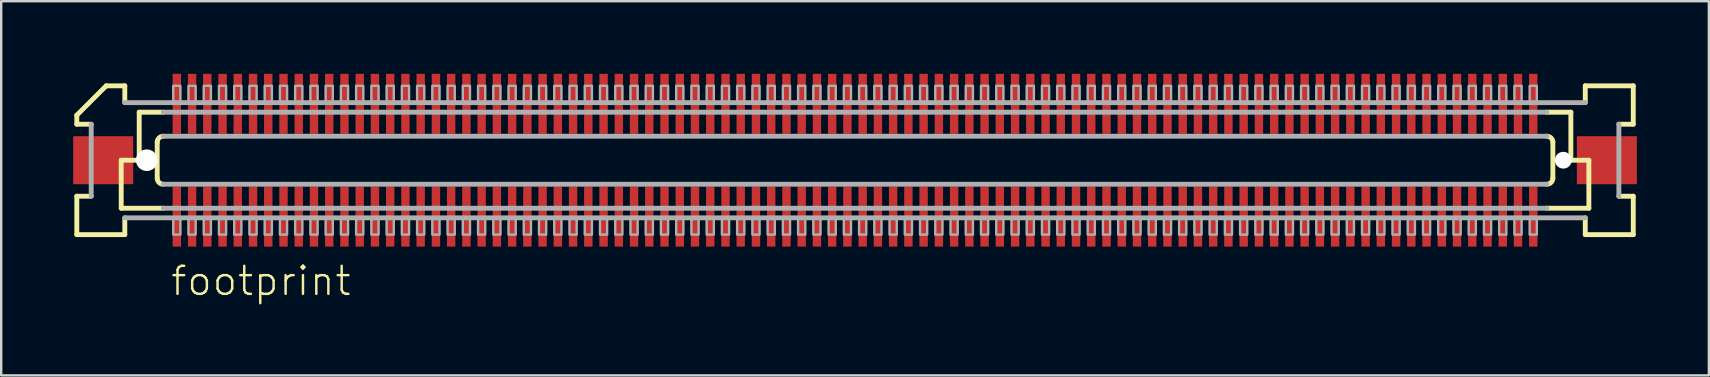
<source format=kicad_pcb>
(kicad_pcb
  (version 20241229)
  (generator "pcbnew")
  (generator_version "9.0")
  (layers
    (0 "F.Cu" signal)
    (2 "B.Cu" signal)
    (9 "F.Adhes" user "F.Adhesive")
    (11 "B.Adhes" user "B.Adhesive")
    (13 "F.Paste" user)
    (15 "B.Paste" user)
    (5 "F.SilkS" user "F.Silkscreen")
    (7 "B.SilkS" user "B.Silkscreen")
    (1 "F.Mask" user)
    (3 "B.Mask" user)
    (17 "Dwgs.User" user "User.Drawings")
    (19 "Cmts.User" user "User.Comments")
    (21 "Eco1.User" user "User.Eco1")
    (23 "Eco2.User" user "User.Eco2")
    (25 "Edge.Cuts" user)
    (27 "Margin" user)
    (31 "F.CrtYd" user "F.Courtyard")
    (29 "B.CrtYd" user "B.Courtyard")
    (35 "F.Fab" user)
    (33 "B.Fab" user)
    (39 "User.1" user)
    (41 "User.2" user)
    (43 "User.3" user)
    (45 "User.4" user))
  (footprint "footprint"
    (layer "F.Cu")
    (at 32.575 3.625)
    (property "Reference" "footprint" (at -28.575 5.715 0) (layer "F.SilkS") (effects (font (size 1.168 1.168) (thickness 0.102)) (justify left bottom)))
    (fp_poly (pts (xy -28.457 -1.075) (xy -28.058 -1.075) (xy -28.058 -3.625) (xy -28.457 -3.625)) (stroke (width 0) (type solid)) (fill yes) (layer "F.Mask"))
    (fp_poly (pts (xy -28.058 1.075) (xy -28.457 1.075) (xy -28.457 3.625) (xy -28.058 3.625)) (stroke (width 0) (type solid)) (fill yes) (layer "F.Mask"))
    (fp_poly (pts (xy -27.823 -1.075) (xy -27.422 -1.075) (xy -27.422 -3.625) (xy -27.823 -3.625)) (stroke (width 0) (type solid)) (fill yes) (layer "F.Mask"))
    (fp_poly (pts (xy -27.422 1.075) (xy -27.823 1.075) (xy -27.823 3.625) (xy -27.422 3.625)) (stroke (width 0) (type solid)) (fill yes) (layer "F.Mask"))
    (fp_poly (pts (xy -27.188 -1.075) (xy -26.788 -1.075) (xy -26.788 -3.625) (xy -27.188 -3.625)) (stroke (width 0) (type solid)) (fill yes) (layer "F.Mask"))
    (fp_poly (pts (xy -26.788 1.075) (xy -27.188 1.075) (xy -27.188 3.625) (xy -26.788 3.625)) (stroke (width 0) (type solid)) (fill yes) (layer "F.Mask"))
    (fp_poly (pts (xy -26.552 -1.075) (xy -26.152 -1.075) (xy -26.152 -3.625) (xy -26.552 -3.625)) (stroke (width 0) (type solid)) (fill yes) (layer "F.Mask"))
    (fp_poly (pts (xy -26.152 1.075) (xy -26.552 1.075) (xy -26.552 3.625) (xy -26.152 3.625)) (stroke (width 0) (type solid)) (fill yes) (layer "F.Mask"))
    (fp_poly (pts (xy -25.918 -1.075) (xy -25.517 -1.075) (xy -25.517 -3.625) (xy -25.918 -3.625)) (stroke (width 0) (type solid)) (fill yes) (layer "F.Mask"))
    (fp_poly (pts (xy -25.517 1.075) (xy -25.918 1.075) (xy -25.918 3.625) (xy -25.517 3.625)) (stroke (width 0) (type solid)) (fill yes) (layer "F.Mask"))
    (fp_poly (pts (xy -25.282 -1.075) (xy -24.883 -1.075) (xy -24.883 -3.625) (xy -25.282 -3.625)) (stroke (width 0) (type solid)) (fill yes) (layer "F.Mask"))
    (fp_poly (pts (xy -24.883 1.075) (xy -25.282 1.075) (xy -25.282 3.625) (xy -24.883 3.625)) (stroke (width 0) (type solid)) (fill yes) (layer "F.Mask"))
    (fp_poly (pts (xy -24.648 -1.075) (xy -24.247 -1.075) (xy -24.247 -3.625) (xy -24.648 -3.625)) (stroke (width 0) (type solid)) (fill yes) (layer "F.Mask"))
    (fp_poly (pts (xy -24.247 1.075) (xy -24.648 1.075) (xy -24.648 3.625) (xy -24.247 3.625)) (stroke (width 0) (type solid)) (fill yes) (layer "F.Mask"))
    (fp_poly (pts (xy -24.012 -1.075) (xy -23.613 -1.075) (xy -23.613 -3.625) (xy -24.012 -3.625)) (stroke (width 0) (type solid)) (fill yes) (layer "F.Mask"))
    (fp_poly (pts (xy -23.613 1.075) (xy -24.012 1.075) (xy -24.012 3.625) (xy -23.613 3.625)) (stroke (width 0) (type solid)) (fill yes) (layer "F.Mask"))
    (fp_poly (pts (xy -23.378 -1.075) (xy -22.977 -1.075) (xy -22.977 -3.625) (xy -23.378 -3.625)) (stroke (width 0) (type solid)) (fill yes) (layer "F.Mask"))
    (fp_poly (pts (xy -22.977 1.075) (xy -23.378 1.075) (xy -23.378 3.625) (xy -22.977 3.625)) (stroke (width 0) (type solid)) (fill yes) (layer "F.Mask"))
    (fp_poly (pts (xy -22.742 -1.075) (xy -22.343 -1.075) (xy -22.343 -3.625) (xy -22.742 -3.625)) (stroke (width 0) (type solid)) (fill yes) (layer "F.Mask"))
    (fp_poly (pts (xy -22.343 1.075) (xy -22.742 1.075) (xy -22.742 3.625) (xy -22.343 3.625)) (stroke (width 0) (type solid)) (fill yes) (layer "F.Mask"))
    (fp_poly (pts (xy -22.108 -1.075) (xy -21.707 -1.075) (xy -21.707 -3.625) (xy -22.108 -3.625)) (stroke (width 0) (type solid)) (fill yes) (layer "F.Mask"))
    (fp_poly (pts (xy -21.707 1.075) (xy -22.108 1.075) (xy -22.108 3.625) (xy -21.707 3.625)) (stroke (width 0) (type solid)) (fill yes) (layer "F.Mask"))
    (fp_poly (pts (xy -21.473 -1.075) (xy -21.073 -1.075) (xy -21.073 -3.625) (xy -21.473 -3.625)) (stroke (width 0) (type solid)) (fill yes) (layer "F.Mask"))
    (fp_poly (pts (xy -21.073 1.075) (xy -21.473 1.075) (xy -21.473 3.625) (xy -21.073 3.625)) (stroke (width 0) (type solid)) (fill yes) (layer "F.Mask"))
    (fp_poly (pts (xy -20.837 -1.075) (xy -20.438 -1.075) (xy -20.438 -3.625) (xy -20.837 -3.625)) (stroke (width 0) (type solid)) (fill yes) (layer "F.Mask"))
    (fp_poly (pts (xy -20.438 1.075) (xy -20.837 1.075) (xy -20.837 3.625) (xy -20.438 3.625)) (stroke (width 0) (type solid)) (fill yes) (layer "F.Mask"))
    (fp_poly (pts (xy -20.203 -1.075) (xy -19.802 -1.075) (xy -19.802 -3.625) (xy -20.203 -3.625)) (stroke (width 0) (type solid)) (fill yes) (layer "F.Mask"))
    (fp_poly (pts (xy -19.802 1.075) (xy -20.203 1.075) (xy -20.203 3.625) (xy -19.802 3.625)) (stroke (width 0) (type solid)) (fill yes) (layer "F.Mask"))
    (fp_poly (pts (xy -19.567 -1.075) (xy -19.168 -1.075) (xy -19.168 -3.625) (xy -19.567 -3.625)) (stroke (width 0) (type solid)) (fill yes) (layer "F.Mask"))
    (fp_poly (pts (xy -19.168 1.075) (xy -19.567 1.075) (xy -19.567 3.625) (xy -19.168 3.625)) (stroke (width 0) (type solid)) (fill yes) (layer "F.Mask"))
    (fp_poly (pts (xy -18.933 -1.075) (xy -18.532 -1.075) (xy -18.532 -3.625) (xy -18.933 -3.625)) (stroke (width 0) (type solid)) (fill yes) (layer "F.Mask"))
    (fp_poly (pts (xy -18.532 1.075) (xy -18.933 1.075) (xy -18.933 3.625) (xy -18.532 3.625)) (stroke (width 0) (type solid)) (fill yes) (layer "F.Mask"))
    (fp_poly (pts (xy -18.297 -1.075) (xy -17.898 -1.075) (xy -17.898 -3.625) (xy -18.297 -3.625)) (stroke (width 0) (type solid)) (fill yes) (layer "F.Mask"))
    (fp_poly (pts (xy -17.898 1.075) (xy -18.297 1.075) (xy -18.297 3.625) (xy -17.898 3.625)) (stroke (width 0) (type solid)) (fill yes) (layer "F.Mask"))
    (fp_poly (pts (xy -17.663 -1.075) (xy -17.262 -1.075) (xy -17.262 -3.625) (xy -17.663 -3.625)) (stroke (width 0) (type solid)) (fill yes) (layer "F.Mask"))
    (fp_poly (pts (xy -17.262 1.075) (xy -17.663 1.075) (xy -17.663 3.625) (xy -17.262 3.625)) (stroke (width 0) (type solid)) (fill yes) (layer "F.Mask"))
    (fp_poly (pts (xy -17.027 -1.075) (xy -16.628 -1.075) (xy -16.628 -3.625) (xy -17.027 -3.625)) (stroke (width 0) (type solid)) (fill yes) (layer "F.Mask"))
    (fp_poly (pts (xy -16.628 1.075) (xy -17.027 1.075) (xy -17.027 3.625) (xy -16.628 3.625)) (stroke (width 0) (type solid)) (fill yes) (layer "F.Mask"))
    (fp_poly (pts (xy -16.392 -1.075) (xy -15.992 -1.075) (xy -15.992 -3.625) (xy -16.392 -3.625)) (stroke (width 0) (type solid)) (fill yes) (layer "F.Mask"))
    (fp_poly (pts (xy -15.992 1.075) (xy -16.392 1.075) (xy -16.392 3.625) (xy -15.992 3.625)) (stroke (width 0) (type solid)) (fill yes) (layer "F.Mask"))
    (fp_poly (pts (xy -15.758 -1.075) (xy -15.357 -1.075) (xy -15.357 -3.625) (xy -15.758 -3.625)) (stroke (width 0) (type solid)) (fill yes) (layer "F.Mask"))
    (fp_poly (pts (xy -15.357 1.075) (xy -15.758 1.075) (xy -15.758 3.625) (xy -15.357 3.625)) (stroke (width 0) (type solid)) (fill yes) (layer "F.Mask"))
    (fp_poly (pts (xy -15.123 -1.075) (xy -14.723 -1.075) (xy -14.723 -3.625) (xy -15.123 -3.625)) (stroke (width 0) (type solid)) (fill yes) (layer "F.Mask"))
    (fp_poly (pts (xy -14.723 1.075) (xy -15.123 1.075) (xy -15.123 3.625) (xy -14.723 3.625)) (stroke (width 0) (type solid)) (fill yes) (layer "F.Mask"))
    (fp_poly (pts (xy -14.488 -1.075) (xy -14.088 -1.075) (xy -14.088 -3.625) (xy -14.488 -3.625)) (stroke (width 0) (type solid)) (fill yes) (layer "F.Mask"))
    (fp_poly (pts (xy -14.088 1.075) (xy -14.488 1.075) (xy -14.488 3.625) (xy -14.088 3.625)) (stroke (width 0) (type solid)) (fill yes) (layer "F.Mask"))
    (fp_poly (pts (xy -13.852 -1.075) (xy -13.453 -1.075) (xy -13.453 -3.625) (xy -13.852 -3.625)) (stroke (width 0) (type solid)) (fill yes) (layer "F.Mask"))
    (fp_poly (pts (xy -13.453 1.075) (xy -13.852 1.075) (xy -13.852 3.625) (xy -13.453 3.625)) (stroke (width 0) (type solid)) (fill yes) (layer "F.Mask"))
    (fp_poly (pts (xy -13.217 -1.075) (xy -12.818 -1.075) (xy -12.818 -3.625) (xy -13.217 -3.625)) (stroke (width 0) (type solid)) (fill yes) (layer "F.Mask"))
    (fp_poly (pts (xy -12.818 1.075) (xy -13.217 1.075) (xy -13.217 3.625) (xy -12.818 3.625)) (stroke (width 0) (type solid)) (fill yes) (layer "F.Mask"))
    (fp_poly (pts (xy -12.582 -1.075) (xy -12.182 -1.075) (xy -12.182 -3.625) (xy -12.582 -3.625)) (stroke (width 0) (type solid)) (fill yes) (layer "F.Mask"))
    (fp_poly (pts (xy -12.182 1.075) (xy -12.582 1.075) (xy -12.582 3.625) (xy -12.182 3.625)) (stroke (width 0) (type solid)) (fill yes) (layer "F.Mask"))
    (fp_poly (pts (xy -11.947 -1.075) (xy -11.547 -1.075) (xy -11.547 -3.625) (xy -11.947 -3.625)) (stroke (width 0) (type solid)) (fill yes) (layer "F.Mask"))
    (fp_poly (pts (xy -11.547 1.075) (xy -11.947 1.075) (xy -11.947 3.625) (xy -11.547 3.625)) (stroke (width 0) (type solid)) (fill yes) (layer "F.Mask"))
    (fp_poly (pts (xy -11.312 -1.075) (xy -10.912 -1.075) (xy -10.912 -3.625) (xy -11.312 -3.625)) (stroke (width 0) (type solid)) (fill yes) (layer "F.Mask"))
    (fp_poly (pts (xy -10.912 1.075) (xy -11.312 1.075) (xy -11.312 3.625) (xy -10.912 3.625)) (stroke (width 0) (type solid)) (fill yes) (layer "F.Mask"))
    (fp_poly (pts (xy -10.678 -1.075) (xy -10.277 -1.075) (xy -10.277 -3.625) (xy -10.678 -3.625)) (stroke (width 0) (type solid)) (fill yes) (layer "F.Mask"))
    (fp_poly (pts (xy -10.277 1.075) (xy -10.678 1.075) (xy -10.678 3.625) (xy -10.277 3.625)) (stroke (width 0) (type solid)) (fill yes) (layer "F.Mask"))
    (fp_poly (pts (xy -10.043 -1.075) (xy -9.643 -1.075) (xy -9.643 -3.625) (xy -10.043 -3.625)) (stroke (width 0) (type solid)) (fill yes) (layer "F.Mask"))
    (fp_poly (pts (xy -9.643 1.075) (xy -10.043 1.075) (xy -10.043 3.625) (xy -9.643 3.625)) (stroke (width 0) (type solid)) (fill yes) (layer "F.Mask"))
    (fp_poly (pts (xy -9.408 -1.075) (xy -9.008 -1.075) (xy -9.008 -3.625) (xy -9.408 -3.625)) (stroke (width 0) (type solid)) (fill yes) (layer "F.Mask"))
    (fp_poly (pts (xy -9.008 1.075) (xy -9.408 1.075) (xy -9.408 3.625) (xy -9.008 3.625)) (stroke (width 0) (type solid)) (fill yes) (layer "F.Mask"))
    (fp_poly (pts (xy -8.773 -1.075) (xy -8.373 -1.075) (xy -8.373 -3.625) (xy -8.773 -3.625)) (stroke (width 0) (type solid)) (fill yes) (layer "F.Mask"))
    (fp_poly (pts (xy -8.373 1.075) (xy -8.773 1.075) (xy -8.773 3.625) (xy -8.373 3.625)) (stroke (width 0) (type solid)) (fill yes) (layer "F.Mask"))
    (fp_poly (pts (xy -8.137 -1.075) (xy -7.737 -1.075) (xy -7.737 -3.625) (xy -8.137 -3.625)) (stroke (width 0) (type solid)) (fill yes) (layer "F.Mask"))
    (fp_poly (pts (xy -7.737 1.075) (xy -8.137 1.075) (xy -8.137 3.625) (xy -7.737 3.625)) (stroke (width 0) (type solid)) (fill yes) (layer "F.Mask"))
    (fp_poly (pts (xy -7.503 -1.075) (xy -7.103 -1.075) (xy -7.103 -3.625) (xy -7.503 -3.625)) (stroke (width 0) (type solid)) (fill yes) (layer "F.Mask"))
    (fp_poly (pts (xy -7.103 1.075) (xy -7.503 1.075) (xy -7.503 3.625) (xy -7.103 3.625)) (stroke (width 0) (type solid)) (fill yes) (layer "F.Mask"))
    (fp_poly (pts (xy -6.867 -1.075) (xy -6.468 -1.075) (xy -6.468 -3.625) (xy -6.867 -3.625)) (stroke (width 0) (type solid)) (fill yes) (layer "F.Mask"))
    (fp_poly (pts (xy -6.468 1.075) (xy -6.867 1.075) (xy -6.867 3.625) (xy -6.468 3.625)) (stroke (width 0) (type solid)) (fill yes) (layer "F.Mask"))
    (fp_poly (pts (xy -6.232 -1.075) (xy -5.832 -1.075) (xy -5.832 -3.625) (xy -6.232 -3.625)) (stroke (width 0) (type solid)) (fill yes) (layer "F.Mask"))
    (fp_poly (pts (xy -5.832 1.075) (xy -6.232 1.075) (xy -6.232 3.625) (xy -5.832 3.625)) (stroke (width 0) (type solid)) (fill yes) (layer "F.Mask"))
    (fp_poly (pts (xy -5.598 -1.075) (xy -5.197 -1.075) (xy -5.197 -3.625) (xy -5.598 -3.625)) (stroke (width 0) (type solid)) (fill yes) (layer "F.Mask"))
    (fp_poly (pts (xy -5.197 1.075) (xy -5.598 1.075) (xy -5.598 3.625) (xy -5.197 3.625)) (stroke (width 0) (type solid)) (fill yes) (layer "F.Mask"))
    (fp_poly (pts (xy -4.963 -1.075) (xy -4.562 -1.075) (xy -4.562 -3.625) (xy -4.963 -3.625)) (stroke (width 0) (type solid)) (fill yes) (layer "F.Mask"))
    (fp_poly (pts (xy -4.562 1.075) (xy -4.963 1.075) (xy -4.963 3.625) (xy -4.562 3.625)) (stroke (width 0) (type solid)) (fill yes) (layer "F.Mask"))
    (fp_poly (pts (xy -4.327 -1.075) (xy -3.928 -1.075) (xy -3.928 -3.625) (xy -4.327 -3.625)) (stroke (width 0) (type solid)) (fill yes) (layer "F.Mask"))
    (fp_poly (pts (xy -3.928 1.075) (xy -4.327 1.075) (xy -4.327 3.625) (xy -3.928 3.625)) (stroke (width 0) (type solid)) (fill yes) (layer "F.Mask"))
    (fp_poly (pts (xy -3.692 -1.075) (xy -3.292 -1.075) (xy -3.292 -3.625) (xy -3.692 -3.625)) (stroke (width 0) (type solid)) (fill yes) (layer "F.Mask"))
    (fp_poly (pts (xy -3.292 1.075) (xy -3.692 1.075) (xy -3.692 3.625) (xy -3.292 3.625)) (stroke (width 0) (type solid)) (fill yes) (layer "F.Mask"))
    (fp_poly (pts (xy -3.058 -1.075) (xy -2.658 -1.075) (xy -2.658 -3.625) (xy -3.058 -3.625)) (stroke (width 0) (type solid)) (fill yes) (layer "F.Mask"))
    (fp_poly (pts (xy -2.658 1.075) (xy -3.058 1.075) (xy -3.058 3.625) (xy -2.658 3.625)) (stroke (width 0) (type solid)) (fill yes) (layer "F.Mask"))
    (fp_poly (pts (xy -2.422 -1.075) (xy -2.022 -1.075) (xy -2.022 -3.625) (xy -2.422 -3.625)) (stroke (width 0) (type solid)) (fill yes) (layer "F.Mask"))
    (fp_poly (pts (xy -2.022 1.075) (xy -2.422 1.075) (xy -2.422 3.625) (xy -2.022 3.625)) (stroke (width 0) (type solid)) (fill yes) (layer "F.Mask"))
    (fp_poly (pts (xy -1.788 -1.075) (xy -1.387 -1.075) (xy -1.387 -3.625) (xy -1.788 -3.625)) (stroke (width 0) (type solid)) (fill yes) (layer "F.Mask"))
    (fp_poly (pts (xy -1.387 1.075) (xy -1.788 1.075) (xy -1.788 3.625) (xy -1.387 3.625)) (stroke (width 0) (type solid)) (fill yes) (layer "F.Mask"))
    (fp_poly (pts (xy -1.153 -1.075) (xy -0.752 -1.075) (xy -0.752 -3.625) (xy -1.153 -3.625)) (stroke (width 0) (type solid)) (fill yes) (layer "F.Mask"))
    (fp_poly (pts (xy -0.752 1.075) (xy -1.153 1.075) (xy -1.153 3.625) (xy -0.752 3.625)) (stroke (width 0) (type solid)) (fill yes) (layer "F.Mask"))
    (fp_poly (pts (xy -0.517 -1.075) (xy -0.117 -1.075) (xy -0.117 -3.625) (xy -0.517 -3.625)) (stroke (width 0) (type solid)) (fill yes) (layer "F.Mask"))
    (fp_poly (pts (xy -0.117 1.075) (xy -0.517 1.075) (xy -0.517 3.625) (xy -0.117 3.625)) (stroke (width 0) (type solid)) (fill yes) (layer "F.Mask"))
    (fp_poly (pts (xy 0.117 -1.075) (xy 0.517 -1.075) (xy 0.517 -3.625) (xy 0.117 -3.625)) (stroke (width 0) (type solid)) (fill yes) (layer "F.Mask"))
    (fp_poly (pts (xy 0.517 1.075) (xy 0.117 1.075) (xy 0.117 3.625) (xy 0.517 3.625)) (stroke (width 0) (type solid)) (fill yes) (layer "F.Mask"))
    (fp_poly (pts (xy 0.752 -1.075) (xy 1.153 -1.075) (xy 1.153 -3.625) (xy 0.752 -3.625)) (stroke (width 0) (type solid)) (fill yes) (layer "F.Mask"))
    (fp_poly (pts (xy 1.153 1.075) (xy 0.752 1.075) (xy 0.752 3.625) (xy 1.153 3.625)) (stroke (width 0) (type solid)) (fill yes) (layer "F.Mask"))
    (fp_poly (pts (xy 1.387 -1.075) (xy 1.788 -1.075) (xy 1.788 -3.625) (xy 1.387 -3.625)) (stroke (width 0) (type solid)) (fill yes) (layer "F.Mask"))
    (fp_poly (pts (xy 1.788 1.075) (xy 1.387 1.075) (xy 1.387 3.625) (xy 1.788 3.625)) (stroke (width 0) (type solid)) (fill yes) (layer "F.Mask"))
    (fp_poly (pts (xy 2.022 -1.075) (xy 2.422 -1.075) (xy 2.422 -3.625) (xy 2.022 -3.625)) (stroke (width 0) (type solid)) (fill yes) (layer "F.Mask"))
    (fp_poly (pts (xy 2.422 1.075) (xy 2.022 1.075) (xy 2.022 3.625) (xy 2.422 3.625)) (stroke (width 0) (type solid)) (fill yes) (layer "F.Mask"))
    (fp_poly (pts (xy 2.658 -1.075) (xy 3.058 -1.075) (xy 3.058 -3.625) (xy 2.658 -3.625)) (stroke (width 0) (type solid)) (fill yes) (layer "F.Mask"))
    (fp_poly (pts (xy 3.058 1.075) (xy 2.658 1.075) (xy 2.658 3.625) (xy 3.058 3.625)) (stroke (width 0) (type solid)) (fill yes) (layer "F.Mask"))
    (fp_poly (pts (xy 3.292 -1.075) (xy 3.692 -1.075) (xy 3.692 -3.625) (xy 3.292 -3.625)) (stroke (width 0) (type solid)) (fill yes) (layer "F.Mask"))
    (fp_poly (pts (xy 3.692 1.075) (xy 3.292 1.075) (xy 3.292 3.625) (xy 3.692 3.625)) (stroke (width 0) (type solid)) (fill yes) (layer "F.Mask"))
    (fp_poly (pts (xy 3.928 -1.075) (xy 4.327 -1.075) (xy 4.327 -3.625) (xy 3.928 -3.625)) (stroke (width 0) (type solid)) (fill yes) (layer "F.Mask"))
    (fp_poly (pts (xy 4.327 1.075) (xy 3.928 1.075) (xy 3.928 3.625) (xy 4.327 3.625)) (stroke (width 0) (type solid)) (fill yes) (layer "F.Mask"))
    (fp_poly (pts (xy 4.562 -1.075) (xy 4.963 -1.075) (xy 4.963 -3.625) (xy 4.562 -3.625)) (stroke (width 0) (type solid)) (fill yes) (layer "F.Mask"))
    (fp_poly (pts (xy 4.963 1.075) (xy 4.562 1.075) (xy 4.562 3.625) (xy 4.963 3.625)) (stroke (width 0) (type solid)) (fill yes) (layer "F.Mask"))
    (fp_poly (pts (xy 5.197 -1.075) (xy 5.598 -1.075) (xy 5.598 -3.625) (xy 5.197 -3.625)) (stroke (width 0) (type solid)) (fill yes) (layer "F.Mask"))
    (fp_poly (pts (xy 5.598 1.075) (xy 5.197 1.075) (xy 5.197 3.625) (xy 5.598 3.625)) (stroke (width 0) (type solid)) (fill yes) (layer "F.Mask"))
    (fp_poly (pts (xy 5.832 -1.075) (xy 6.232 -1.075) (xy 6.232 -3.625) (xy 5.832 -3.625)) (stroke (width 0) (type solid)) (fill yes) (layer "F.Mask"))
    (fp_poly (pts (xy 6.232 1.075) (xy 5.832 1.075) (xy 5.832 3.625) (xy 6.232 3.625)) (stroke (width 0) (type solid)) (fill yes) (layer "F.Mask"))
    (fp_poly (pts (xy 6.468 -1.075) (xy 6.867 -1.075) (xy 6.867 -3.625) (xy 6.468 -3.625)) (stroke (width 0) (type solid)) (fill yes) (layer "F.Mask"))
    (fp_poly (pts (xy 6.867 1.075) (xy 6.468 1.075) (xy 6.468 3.625) (xy 6.867 3.625)) (stroke (width 0) (type solid)) (fill yes) (layer "F.Mask"))
    (fp_poly (pts (xy 7.103 -1.075) (xy 7.503 -1.075) (xy 7.503 -3.625) (xy 7.103 -3.625)) (stroke (width 0) (type solid)) (fill yes) (layer "F.Mask"))
    (fp_poly (pts (xy 7.503 1.075) (xy 7.103 1.075) (xy 7.103 3.625) (xy 7.503 3.625)) (stroke (width 0) (type solid)) (fill yes) (layer "F.Mask"))
    (fp_poly (pts (xy 7.737 -1.075) (xy 8.137 -1.075) (xy 8.137 -3.625) (xy 7.737 -3.625)) (stroke (width 0) (type solid)) (fill yes) (layer "F.Mask"))
    (fp_poly (pts (xy 8.137 1.075) (xy 7.737 1.075) (xy 7.737 3.625) (xy 8.137 3.625)) (stroke (width 0) (type solid)) (fill yes) (layer "F.Mask"))
    (fp_poly (pts (xy 8.373 -1.075) (xy 8.773 -1.075) (xy 8.773 -3.625) (xy 8.373 -3.625)) (stroke (width 0) (type solid)) (fill yes) (layer "F.Mask"))
    (fp_poly (pts (xy 8.773 1.075) (xy 8.373 1.075) (xy 8.373 3.625) (xy 8.773 3.625)) (stroke (width 0) (type solid)) (fill yes) (layer "F.Mask"))
    (fp_poly (pts (xy 9.008 -1.075) (xy 9.408 -1.075) (xy 9.408 -3.625) (xy 9.008 -3.625)) (stroke (width 0) (type solid)) (fill yes) (layer "F.Mask"))
    (fp_poly (pts (xy 9.408 1.075) (xy 9.008 1.075) (xy 9.008 3.625) (xy 9.408 3.625)) (stroke (width 0) (type solid)) (fill yes) (layer "F.Mask"))
    (fp_poly (pts (xy 9.643 -1.075) (xy 10.043 -1.075) (xy 10.043 -3.625) (xy 9.643 -3.625)) (stroke (width 0) (type solid)) (fill yes) (layer "F.Mask"))
    (fp_poly (pts (xy 10.043 1.075) (xy 9.643 1.075) (xy 9.643 3.625) (xy 10.043 3.625)) (stroke (width 0) (type solid)) (fill yes) (layer "F.Mask"))
    (fp_poly (pts (xy 10.277 -1.075) (xy 10.678 -1.075) (xy 10.678 -3.625) (xy 10.277 -3.625)) (stroke (width 0) (type solid)) (fill yes) (layer "F.Mask"))
    (fp_poly (pts (xy 10.678 1.075) (xy 10.277 1.075) (xy 10.277 3.625) (xy 10.678 3.625)) (stroke (width 0) (type solid)) (fill yes) (layer "F.Mask"))
    (fp_poly (pts (xy 10.912 -1.075) (xy 11.312 -1.075) (xy 11.312 -3.625) (xy 10.912 -3.625)) (stroke (width 0) (type solid)) (fill yes) (layer "F.Mask"))
    (fp_poly (pts (xy 11.312 1.075) (xy 10.912 1.075) (xy 10.912 3.625) (xy 11.312 3.625)) (stroke (width 0) (type solid)) (fill yes) (layer "F.Mask"))
    (fp_poly (pts (xy 11.547 -1.075) (xy 11.947 -1.075) (xy 11.947 -3.625) (xy 11.547 -3.625)) (stroke (width 0) (type solid)) (fill yes) (layer "F.Mask"))
    (fp_poly (pts (xy 11.947 1.075) (xy 11.547 1.075) (xy 11.547 3.625) (xy 11.947 3.625)) (stroke (width 0) (type solid)) (fill yes) (layer "F.Mask"))
    (fp_poly (pts (xy 12.182 -1.075) (xy 12.582 -1.075) (xy 12.582 -3.625) (xy 12.182 -3.625)) (stroke (width 0) (type solid)) (fill yes) (layer "F.Mask"))
    (fp_poly (pts (xy 12.582 1.075) (xy 12.182 1.075) (xy 12.182 3.625) (xy 12.582 3.625)) (stroke (width 0) (type solid)) (fill yes) (layer "F.Mask"))
    (fp_poly (pts (xy 12.818 -1.075) (xy 13.217 -1.075) (xy 13.217 -3.625) (xy 12.818 -3.625)) (stroke (width 0) (type solid)) (fill yes) (layer "F.Mask"))
    (fp_poly (pts (xy 13.217 1.075) (xy 12.818 1.075) (xy 12.818 3.625) (xy 13.217 3.625)) (stroke (width 0) (type solid)) (fill yes) (layer "F.Mask"))
    (fp_poly (pts (xy 13.453 -1.075) (xy 13.852 -1.075) (xy 13.852 -3.625) (xy 13.453 -3.625)) (stroke (width 0) (type solid)) (fill yes) (layer "F.Mask"))
    (fp_poly (pts (xy 13.852 1.075) (xy 13.453 1.075) (xy 13.453 3.625) (xy 13.852 3.625)) (stroke (width 0) (type solid)) (fill yes) (layer "F.Mask"))
    (fp_poly (pts (xy 14.088 -1.075) (xy 14.488 -1.075) (xy 14.488 -3.625) (xy 14.088 -3.625)) (stroke (width 0) (type solid)) (fill yes) (layer "F.Mask"))
    (fp_poly (pts (xy 14.488 1.075) (xy 14.088 1.075) (xy 14.088 3.625) (xy 14.488 3.625)) (stroke (width 0) (type solid)) (fill yes) (layer "F.Mask"))
    (fp_poly (pts (xy 14.723 -1.075) (xy 15.123 -1.075) (xy 15.123 -3.625) (xy 14.723 -3.625)) (stroke (width 0) (type solid)) (fill yes) (layer "F.Mask"))
    (fp_poly (pts (xy 15.123 1.075) (xy 14.723 1.075) (xy 14.723 3.625) (xy 15.123 3.625)) (stroke (width 0) (type solid)) (fill yes) (layer "F.Mask"))
    (fp_poly (pts (xy 15.357 -1.075) (xy 15.758 -1.075) (xy 15.758 -3.625) (xy 15.357 -3.625)) (stroke (width 0) (type solid)) (fill yes) (layer "F.Mask"))
    (fp_poly (pts (xy 15.758 1.075) (xy 15.357 1.075) (xy 15.357 3.625) (xy 15.758 3.625)) (stroke (width 0) (type solid)) (fill yes) (layer "F.Mask"))
    (fp_poly (pts (xy 15.992 -1.075) (xy 16.392 -1.075) (xy 16.392 -3.625) (xy 15.992 -3.625)) (stroke (width 0) (type solid)) (fill yes) (layer "F.Mask"))
    (fp_poly (pts (xy 16.392 1.075) (xy 15.992 1.075) (xy 15.992 3.625) (xy 16.392 3.625)) (stroke (width 0) (type solid)) (fill yes) (layer "F.Mask"))
    (fp_poly (pts (xy 16.628 -1.075) (xy 17.027 -1.075) (xy 17.027 -3.625) (xy 16.628 -3.625)) (stroke (width 0) (type solid)) (fill yes) (layer "F.Mask"))
    (fp_poly (pts (xy 17.027 1.075) (xy 16.628 1.075) (xy 16.628 3.625) (xy 17.027 3.625)) (stroke (width 0) (type solid)) (fill yes) (layer "F.Mask"))
    (fp_poly (pts (xy 17.262 -1.075) (xy 17.663 -1.075) (xy 17.663 -3.625) (xy 17.262 -3.625)) (stroke (width 0) (type solid)) (fill yes) (layer "F.Mask"))
    (fp_poly (pts (xy 17.663 1.075) (xy 17.262 1.075) (xy 17.262 3.625) (xy 17.663 3.625)) (stroke (width 0) (type solid)) (fill yes) (layer "F.Mask"))
    (fp_poly (pts (xy 17.898 -1.075) (xy 18.297 -1.075) (xy 18.297 -3.625) (xy 17.898 -3.625)) (stroke (width 0) (type solid)) (fill yes) (layer "F.Mask"))
    (fp_poly (pts (xy 18.297 1.075) (xy 17.898 1.075) (xy 17.898 3.625) (xy 18.297 3.625)) (stroke (width 0) (type solid)) (fill yes) (layer "F.Mask"))
    (fp_poly (pts (xy 18.532 -1.075) (xy 18.933 -1.075) (xy 18.933 -3.625) (xy 18.532 -3.625)) (stroke (width 0) (type solid)) (fill yes) (layer "F.Mask"))
    (fp_poly (pts (xy 18.933 1.075) (xy 18.532 1.075) (xy 18.532 3.625) (xy 18.933 3.625)) (stroke (width 0) (type solid)) (fill yes) (layer "F.Mask"))
    (fp_poly (pts (xy 19.168 -1.075) (xy 19.567 -1.075) (xy 19.567 -3.625) (xy 19.168 -3.625)) (stroke (width 0) (type solid)) (fill yes) (layer "F.Mask"))
    (fp_poly (pts (xy 19.567 1.075) (xy 19.168 1.075) (xy 19.168 3.625) (xy 19.567 3.625)) (stroke (width 0) (type solid)) (fill yes) (layer "F.Mask"))
    (fp_poly (pts (xy 19.802 -1.075) (xy 20.203 -1.075) (xy 20.203 -3.625) (xy 19.802 -3.625)) (stroke (width 0) (type solid)) (fill yes) (layer "F.Mask"))
    (fp_poly (pts (xy 20.203 1.075) (xy 19.802 1.075) (xy 19.802 3.625) (xy 20.203 3.625)) (stroke (width 0) (type solid)) (fill yes) (layer "F.Mask"))
    (fp_poly (pts (xy 20.438 -1.075) (xy 20.837 -1.075) (xy 20.837 -3.625) (xy 20.438 -3.625)) (stroke (width 0) (type solid)) (fill yes) (layer "F.Mask"))
    (fp_poly (pts (xy 20.837 1.075) (xy 20.438 1.075) (xy 20.438 3.625) (xy 20.837 3.625)) (stroke (width 0) (type solid)) (fill yes) (layer "F.Mask"))
    (fp_poly (pts (xy 21.073 -1.075) (xy 21.473 -1.075) (xy 21.473 -3.625) (xy 21.073 -3.625)) (stroke (width 0) (type solid)) (fill yes) (layer "F.Mask"))
    (fp_poly (pts (xy 21.473 1.075) (xy 21.073 1.075) (xy 21.073 3.625) (xy 21.473 3.625)) (stroke (width 0) (type solid)) (fill yes) (layer "F.Mask"))
    (fp_poly (pts (xy 21.707 -1.075) (xy 22.108 -1.075) (xy 22.108 -3.625) (xy 21.707 -3.625)) (stroke (width 0) (type solid)) (fill yes) (layer "F.Mask"))
    (fp_poly (pts (xy 22.108 1.075) (xy 21.707 1.075) (xy 21.707 3.625) (xy 22.108 3.625)) (stroke (width 0) (type solid)) (fill yes) (layer "F.Mask"))
    (fp_poly (pts (xy 22.343 -1.075) (xy 22.742 -1.075) (xy 22.742 -3.625) (xy 22.343 -3.625)) (stroke (width 0) (type solid)) (fill yes) (layer "F.Mask"))
    (fp_poly (pts (xy 22.742 1.075) (xy 22.343 1.075) (xy 22.343 3.625) (xy 22.742 3.625)) (stroke (width 0) (type solid)) (fill yes) (layer "F.Mask"))
    (fp_poly (pts (xy 22.977 -1.075) (xy 23.378 -1.075) (xy 23.378 -3.625) (xy 22.977 -3.625)) (stroke (width 0) (type solid)) (fill yes) (layer "F.Mask"))
    (fp_poly (pts (xy 23.378 1.075) (xy 22.977 1.075) (xy 22.977 3.625) (xy 23.378 3.625)) (stroke (width 0) (type solid)) (fill yes) (layer "F.Mask"))
    (fp_poly (pts (xy 23.613 -1.075) (xy 24.012 -1.075) (xy 24.012 -3.625) (xy 23.613 -3.625)) (stroke (width 0) (type solid)) (fill yes) (layer "F.Mask"))
    (fp_poly (pts (xy 24.012 1.075) (xy 23.613 1.075) (xy 23.613 3.625) (xy 24.012 3.625)) (stroke (width 0) (type solid)) (fill yes) (layer "F.Mask"))
    (fp_poly (pts (xy 24.247 -1.075) (xy 24.648 -1.075) (xy 24.648 -3.625) (xy 24.247 -3.625)) (stroke (width 0) (type solid)) (fill yes) (layer "F.Mask"))
    (fp_poly (pts (xy 24.648 1.075) (xy 24.247 1.075) (xy 24.247 3.625) (xy 24.648 3.625)) (stroke (width 0) (type solid)) (fill yes) (layer "F.Mask"))
    (fp_poly (pts (xy 24.883 -1.075) (xy 25.282 -1.075) (xy 25.282 -3.625) (xy 24.883 -3.625)) (stroke (width 0) (type solid)) (fill yes) (layer "F.Mask"))
    (fp_poly (pts (xy 25.282 1.075) (xy 24.883 1.075) (xy 24.883 3.625) (xy 25.282 3.625)) (stroke (width 0) (type solid)) (fill yes) (layer "F.Mask"))
    (fp_poly (pts (xy 25.517 -1.075) (xy 25.918 -1.075) (xy 25.918 -3.625) (xy 25.517 -3.625)) (stroke (width 0) (type solid)) (fill yes) (layer "F.Mask"))
    (fp_poly (pts (xy 25.918 1.075) (xy 25.517 1.075) (xy 25.517 3.625) (xy 25.918 3.625)) (stroke (width 0) (type solid)) (fill yes) (layer "F.Mask"))
    (fp_poly (pts (xy 26.152 -1.075) (xy 26.552 -1.075) (xy 26.552 -3.625) (xy 26.152 -3.625)) (stroke (width 0) (type solid)) (fill yes) (layer "F.Mask"))
    (fp_poly (pts (xy 26.552 1.075) (xy 26.152 1.075) (xy 26.152 3.625) (xy 26.552 3.625)) (stroke (width 0) (type solid)) (fill yes) (layer "F.Mask"))
    (fp_poly (pts (xy 26.788 -1.075) (xy 27.188 -1.075) (xy 27.188 -3.625) (xy 26.788 -3.625)) (stroke (width 0) (type solid)) (fill yes) (layer "F.Mask"))
    (fp_poly (pts (xy 27.188 1.075) (xy 26.788 1.075) (xy 26.788 3.625) (xy 27.188 3.625)) (stroke (width 0) (type solid)) (fill yes) (layer "F.Mask"))
    (fp_poly (pts (xy 27.422 -1.075) (xy 27.823 -1.075) (xy 27.823 -3.625) (xy 27.422 -3.625)) (stroke (width 0) (type solid)) (fill yes) (layer "F.Mask"))
    (fp_poly (pts (xy 27.823 1.075) (xy 27.422 1.075) (xy 27.422 3.625) (xy 27.823 3.625)) (stroke (width 0) (type solid)) (fill yes) (layer "F.Mask"))
    (fp_poly (pts (xy 28.058 -1.075) (xy 28.457 -1.075) (xy 28.457 -3.625) (xy 28.058 -3.625)) (stroke (width 0) (type solid)) (fill yes) (layer "F.Mask"))
    (fp_poly (pts (xy 28.457 1.075) (xy 28.058 1.075) (xy 28.058 3.625) (xy 28.457 3.625)) (stroke (width 0) (type solid)) (fill yes) (layer "F.Mask"))
    (fp_line (start -32.425 -1.5) (end -32.425 -1.875) (stroke (width 0.203) (type solid)) (layer "F.SilkS"))
    (fp_line (start -32.425 1.5) (end -31.825 1.5) (stroke (width 0.203) (type solid)) (layer "F.SilkS"))
    (fp_line (start -32.425 3.1) (end -32.425 1.5) (stroke (width 0.203) (type solid)) (layer "F.SilkS"))
    (fp_line (start -31.825 -1.5) (end -32.425 -1.5) (stroke (width 0.203) (type solid)) (layer "F.SilkS"))
    (fp_line (start -31.2 -3.1) (end -32.425 -1.875) (stroke (width 0.203) (type solid)) (layer "F.SilkS"))
    (fp_line (start -31.2 -3.1) (end -30.425 -3.1) (stroke (width 0.203) (type solid)) (layer "F.SilkS"))
    (fp_line (start -30.575 0) (end -30.575 2) (stroke (width 0.203) (type solid)) (layer "F.SilkS"))
    (fp_line (start -30.575 2) (end -28.825 2) (stroke (width 0.203) (type solid)) (layer "F.SilkS"))
    (fp_line (start -30.425 -3.1) (end -30.425 -2.4) (stroke (width 0.203) (type solid)) (layer "F.SilkS"))
    (fp_line (start -30.425 2.4) (end -30.425 3.1) (stroke (width 0.203) (type solid)) (layer "F.SilkS"))
    (fp_line (start -30.425 3.1) (end -32.425 3.1) (stroke (width 0.203) (type solid)) (layer "F.SilkS"))
    (fp_line (start -29.825 -2) (end -29.825 0) (stroke (width 0.203) (type solid)) (layer "F.SilkS"))
    (fp_line (start -29.825 0) (end -30.575 0) (stroke (width 0.203) (type solid)) (layer "F.SilkS"))
    (fp_line (start -29.075 0.75) (end -29.075 -0.75) (stroke (width 0.203) (type solid)) (layer "F.SilkS"))
    (fp_line (start -28.825 -2) (end -29.825 -2) (stroke (width 0.203) (type solid)) (layer "F.SilkS"))
    (fp_line (start 28.825 2) (end 30.575 2) (stroke (width 0.203) (type solid)) (layer "F.SilkS"))
    (fp_line (start 29.075 -0.75) (end 29.075 0.75) (stroke (width 0.203) (type solid)) (layer "F.SilkS"))
    (fp_line (start 29.825 -2) (end 28.825 -2) (stroke (width 0.203) (type solid)) (layer "F.SilkS"))
    (fp_line (start 29.825 -2) (end 29.825 0) (stroke (width 0.203) (type solid)) (layer "F.SilkS"))
    (fp_line (start 30.425 -3.1) (end 32.425 -3.1) (stroke (width 0.203) (type solid)) (layer "F.SilkS"))
    (fp_line (start 30.425 -2.4) (end 30.425 -3.1) (stroke (width 0.203) (type solid)) (layer "F.SilkS"))
    (fp_line (start 30.425 3.1) (end 30.425 2.4) (stroke (width 0.203) (type solid)) (layer "F.SilkS"))
    (fp_line (start 30.575 0) (end 29.825 0) (stroke (width 0.203) (type solid)) (layer "F.SilkS"))
    (fp_line (start 30.575 0) (end 30.575 2) (stroke (width 0.203) (type solid)) (layer "F.SilkS"))
    (fp_line (start 31.825 1.5) (end 32.425 1.5) (stroke (width 0.203) (type solid)) (layer "F.SilkS"))
    (fp_line (start 32.425 -3.1) (end 32.425 -1.5) (stroke (width 0.203) (type solid)) (layer "F.SilkS"))
    (fp_line (start 32.425 -1.5) (end 31.825 -1.5) (stroke (width 0.203) (type solid)) (layer "F.SilkS"))
    (fp_line (start 32.425 1.5) (end 32.425 3.1) (stroke (width 0.203) (type solid)) (layer "F.SilkS"))
    (fp_line (start 32.425 3.1) (end 30.425 3.1) (stroke (width 0.203) (type solid)) (layer "F.SilkS"))
    (fp_arc (start -29.075 -0.75) (mid -29.001777 -0.926777) (end -28.825 -1) (stroke (width 0.2032) (type solid)) (layer "F.SilkS"))
    (fp_arc (start -28.825 1) (mid -29.001777 0.926777) (end -29.075 0.75) (stroke (width 0.2032) (type solid)) (layer "F.SilkS"))
    (fp_arc (start 28.825 -1) (mid 29.001777 -0.926777) (end 29.075 -0.75) (stroke (width 0.2032) (type solid)) (layer "F.SilkS"))
    (fp_arc (start 29.075 0.75) (mid 29.001777 0.926777) (end 28.825 1) (stroke (width 0.2032) (type solid)) (layer "F.SilkS"))
    (fp_line (start -31.825 1.5) (end -31.825 -1.5) (stroke (width 0.203) (type solid)) (layer "F.Fab"))
    (fp_line (start -30.425 -2.4) (end 30.425 -2.4) (stroke (width 0.203) (type solid)) (layer "F.Fab"))
    (fp_line (start -28.825 -1) (end 28.825 -1) (stroke (width 0.203) (type solid)) (layer "F.Fab"))
    (fp_line (start -28.825 2) (end 28.825 2) (stroke (width 0.203) (type solid)) (layer "F.Fab"))
    (fp_line (start 28.825 -2) (end -28.825 -2) (stroke (width 0.203) (type solid)) (layer "F.Fab"))
    (fp_line (start 28.825 1) (end -28.825 1) (stroke (width 0.203) (type solid)) (layer "F.Fab"))
    (fp_line (start 30.425 2.4) (end -30.425 2.4) (stroke (width 0.203) (type solid)) (layer "F.Fab"))
    (fp_line (start 31.825 -1.5) (end 31.825 1.5) (stroke (width 0.203) (type solid)) (layer "F.Fab"))
    (fp_poly (pts (xy -28.407 3.1) (xy -28.108 3.1) (xy -28.108 2.375) (xy -28.407 2.375)) (stroke (width 0.1) (type solid)) (fill no) (layer "F.Fab"))
    (fp_poly (pts (xy -28.108 -3.1) (xy -28.407 -3.1) (xy -28.407 -2.375) (xy -28.108 -2.375)) (stroke (width 0.1) (type solid)) (fill no) (layer "F.Fab"))
    (fp_poly (pts (xy -27.773 3.1) (xy -27.473 3.1) (xy -27.473 2.375) (xy -27.773 2.375)) (stroke (width 0.1) (type solid)) (fill no) (layer "F.Fab"))
    (fp_poly (pts (xy -27.473 -3.1) (xy -27.773 -3.1) (xy -27.773 -2.375) (xy -27.473 -2.375)) (stroke (width 0.1) (type solid)) (fill no) (layer "F.Fab"))
    (fp_poly (pts (xy -27.137 3.1) (xy -26.837 3.1) (xy -26.837 2.375) (xy -27.137 2.375)) (stroke (width 0.1) (type solid)) (fill no) (layer "F.Fab"))
    (fp_poly (pts (xy -26.837 -3.1) (xy -27.137 -3.1) (xy -27.137 -2.375) (xy -26.837 -2.375)) (stroke (width 0.1) (type solid)) (fill no) (layer "F.Fab"))
    (fp_poly (pts (xy -26.503 3.1) (xy -26.203 3.1) (xy -26.203 2.375) (xy -26.503 2.375)) (stroke (width 0.1) (type solid)) (fill no) (layer "F.Fab"))
    (fp_poly (pts (xy -26.203 -3.1) (xy -26.503 -3.1) (xy -26.503 -2.375) (xy -26.203 -2.375)) (stroke (width 0.1) (type solid)) (fill no) (layer "F.Fab"))
    (fp_poly (pts (xy -25.867 3.1) (xy -25.567 3.1) (xy -25.567 2.375) (xy -25.867 2.375)) (stroke (width 0.1) (type solid)) (fill no) (layer "F.Fab"))
    (fp_poly (pts (xy -25.567 -3.1) (xy -25.867 -3.1) (xy -25.867 -2.375) (xy -25.567 -2.375)) (stroke (width 0.1) (type solid)) (fill no) (layer "F.Fab"))
    (fp_poly (pts (xy -25.233 3.1) (xy -24.933 3.1) (xy -24.933 2.375) (xy -25.233 2.375)) (stroke (width 0.1) (type solid)) (fill no) (layer "F.Fab"))
    (fp_poly (pts (xy -24.933 -3.1) (xy -25.233 -3.1) (xy -25.233 -2.375) (xy -24.933 -2.375)) (stroke (width 0.1) (type solid)) (fill no) (layer "F.Fab"))
    (fp_poly (pts (xy -24.598 3.1) (xy -24.297 3.1) (xy -24.297 2.375) (xy -24.598 2.375)) (stroke (width 0.1) (type solid)) (fill no) (layer "F.Fab"))
    (fp_poly (pts (xy -24.297 -3.1) (xy -24.598 -3.1) (xy -24.598 -2.375) (xy -24.297 -2.375)) (stroke (width 0.1) (type solid)) (fill no) (layer "F.Fab"))
    (fp_poly (pts (xy -23.962 3.1) (xy -23.663 3.1) (xy -23.663 2.375) (xy -23.962 2.375)) (stroke (width 0.1) (type solid)) (fill no) (layer "F.Fab"))
    (fp_poly (pts (xy -23.663 -3.1) (xy -23.962 -3.1) (xy -23.962 -2.375) (xy -23.663 -2.375)) (stroke (width 0.1) (type solid)) (fill no) (layer "F.Fab"))
    (fp_poly (pts (xy -23.328 3.1) (xy -23.027 3.1) (xy -23.027 2.375) (xy -23.328 2.375)) (stroke (width 0.1) (type solid)) (fill no) (layer "F.Fab"))
    (fp_poly (pts (xy -23.027 -3.1) (xy -23.328 -3.1) (xy -23.328 -2.375) (xy -23.027 -2.375)) (stroke (width 0.1) (type solid)) (fill no) (layer "F.Fab"))
    (fp_poly (pts (xy -22.692 3.1) (xy -22.392 3.1) (xy -22.392 2.375) (xy -22.692 2.375)) (stroke (width 0.1) (type solid)) (fill no) (layer "F.Fab"))
    (fp_poly (pts (xy -22.392 -3.1) (xy -22.692 -3.1) (xy -22.692 -2.375) (xy -22.392 -2.375)) (stroke (width 0.1) (type solid)) (fill no) (layer "F.Fab"))
    (fp_poly (pts (xy -22.058 3.1) (xy -21.758 3.1) (xy -21.758 2.375) (xy -22.058 2.375)) (stroke (width 0.1) (type solid)) (fill no) (layer "F.Fab"))
    (fp_poly (pts (xy -21.758 -3.1) (xy -22.058 -3.1) (xy -22.058 -2.375) (xy -21.758 -2.375)) (stroke (width 0.1) (type solid)) (fill no) (layer "F.Fab"))
    (fp_poly (pts (xy -21.422 3.1) (xy -21.122 3.1) (xy -21.122 2.375) (xy -21.422 2.375)) (stroke (width 0.1) (type solid)) (fill no) (layer "F.Fab"))
    (fp_poly (pts (xy -21.122 -3.1) (xy -21.422 -3.1) (xy -21.422 -2.375) (xy -21.122 -2.375)) (stroke (width 0.1) (type solid)) (fill no) (layer "F.Fab"))
    (fp_poly (pts (xy -20.788 3.1) (xy -20.488 3.1) (xy -20.488 2.375) (xy -20.788 2.375)) (stroke (width 0.1) (type solid)) (fill no) (layer "F.Fab"))
    (fp_poly (pts (xy -20.488 -3.1) (xy -20.788 -3.1) (xy -20.788 -2.375) (xy -20.488 -2.375)) (stroke (width 0.1) (type solid)) (fill no) (layer "F.Fab"))
    (fp_poly (pts (xy -20.152 3.1) (xy -19.852 3.1) (xy -19.852 2.375) (xy -20.152 2.375)) (stroke (width 0.1) (type solid)) (fill no) (layer "F.Fab"))
    (fp_poly (pts (xy -19.852 -3.1) (xy -20.152 -3.1) (xy -20.152 -2.375) (xy -19.852 -2.375)) (stroke (width 0.1) (type solid)) (fill no) (layer "F.Fab"))
    (fp_poly (pts (xy -19.517 3.1) (xy -19.218 3.1) (xy -19.218 2.375) (xy -19.517 2.375)) (stroke (width 0.1) (type solid)) (fill no) (layer "F.Fab"))
    (fp_poly (pts (xy -19.218 -3.1) (xy -19.517 -3.1) (xy -19.517 -2.375) (xy -19.218 -2.375)) (stroke (width 0.1) (type solid)) (fill no) (layer "F.Fab"))
    (fp_poly (pts (xy -18.883 3.1) (xy -18.582 3.1) (xy -18.582 2.375) (xy -18.883 2.375)) (stroke (width 0.1) (type solid)) (fill no) (layer "F.Fab"))
    (fp_poly (pts (xy -18.582 -3.1) (xy -18.883 -3.1) (xy -18.883 -2.375) (xy -18.582 -2.375)) (stroke (width 0.1) (type solid)) (fill no) (layer "F.Fab"))
    (fp_poly (pts (xy -18.247 3.1) (xy -17.948 3.1) (xy -17.948 2.375) (xy -18.247 2.375)) (stroke (width 0.1) (type solid)) (fill no) (layer "F.Fab"))
    (fp_poly (pts (xy -17.948 -3.1) (xy -18.247 -3.1) (xy -18.247 -2.375) (xy -17.948 -2.375)) (stroke (width 0.1) (type solid)) (fill no) (layer "F.Fab"))
    (fp_poly (pts (xy -17.613 3.1) (xy -17.312 3.1) (xy -17.312 2.375) (xy -17.613 2.375)) (stroke (width 0.1) (type solid)) (fill no) (layer "F.Fab"))
    (fp_poly (pts (xy -17.312 -3.1) (xy -17.613 -3.1) (xy -17.613 -2.375) (xy -17.312 -2.375)) (stroke (width 0.1) (type solid)) (fill no) (layer "F.Fab"))
    (fp_poly (pts (xy -16.977 3.1) (xy -16.677 3.1) (xy -16.677 2.375) (xy -16.977 2.375)) (stroke (width 0.1) (type solid)) (fill no) (layer "F.Fab"))
    (fp_poly (pts (xy -16.677 -3.1) (xy -16.977 -3.1) (xy -16.977 -2.375) (xy -16.677 -2.375)) (stroke (width 0.1) (type solid)) (fill no) (layer "F.Fab"))
    (fp_poly (pts (xy -16.343 3.1) (xy -16.043 3.1) (xy -16.043 2.375) (xy -16.343 2.375)) (stroke (width 0.1) (type solid)) (fill no) (layer "F.Fab"))
    (fp_poly (pts (xy -16.043 -3.1) (xy -16.343 -3.1) (xy -16.343 -2.375) (xy -16.043 -2.375)) (stroke (width 0.1) (type solid)) (fill no) (layer "F.Fab"))
    (fp_poly (pts (xy -15.707 3.1) (xy -15.408 3.1) (xy -15.408 2.375) (xy -15.707 2.375)) (stroke (width 0.1) (type solid)) (fill no) (layer "F.Fab"))
    (fp_poly (pts (xy -15.408 -3.1) (xy -15.707 -3.1) (xy -15.707 -2.375) (xy -15.408 -2.375)) (stroke (width 0.1) (type solid)) (fill no) (layer "F.Fab"))
    (fp_poly (pts (xy -15.072 3.1) (xy -14.773 3.1) (xy -14.773 2.375) (xy -15.072 2.375)) (stroke (width 0.1) (type solid)) (fill no) (layer "F.Fab"))
    (fp_poly (pts (xy -14.773 -3.1) (xy -15.072 -3.1) (xy -15.072 -2.375) (xy -14.773 -2.375)) (stroke (width 0.1) (type solid)) (fill no) (layer "F.Fab"))
    (fp_poly (pts (xy -14.438 3.1) (xy -14.137 3.1) (xy -14.137 2.375) (xy -14.438 2.375)) (stroke (width 0.1) (type solid)) (fill no) (layer "F.Fab"))
    (fp_poly (pts (xy -14.137 -3.1) (xy -14.438 -3.1) (xy -14.438 -2.375) (xy -14.137 -2.375)) (stroke (width 0.1) (type solid)) (fill no) (layer "F.Fab"))
    (fp_poly (pts (xy -13.803 3.1) (xy -13.502 3.1) (xy -13.502 2.375) (xy -13.803 2.375)) (stroke (width 0.1) (type solid)) (fill no) (layer "F.Fab"))
    (fp_poly (pts (xy -13.502 -3.1) (xy -13.803 -3.1) (xy -13.803 -2.375) (xy -13.502 -2.375)) (stroke (width 0.1) (type solid)) (fill no) (layer "F.Fab"))
    (fp_poly (pts (xy -13.168 3.1) (xy -12.867 3.1) (xy -12.867 2.375) (xy -13.168 2.375)) (stroke (width 0.1) (type solid)) (fill no) (layer "F.Fab"))
    (fp_poly (pts (xy -12.867 -3.1) (xy -13.168 -3.1) (xy -13.168 -2.375) (xy -12.867 -2.375)) (stroke (width 0.1) (type solid)) (fill no) (layer "F.Fab"))
    (fp_poly (pts (xy -12.533 3.1) (xy -12.232 3.1) (xy -12.232 2.375) (xy -12.533 2.375)) (stroke (width 0.1) (type solid)) (fill no) (layer "F.Fab"))
    (fp_poly (pts (xy -12.232 -3.1) (xy -12.533 -3.1) (xy -12.533 -2.375) (xy -12.232 -2.375)) (stroke (width 0.1) (type solid)) (fill no) (layer "F.Fab"))
    (fp_poly (pts (xy -11.898 3.1) (xy -11.598 3.1) (xy -11.598 2.375) (xy -11.898 2.375)) (stroke (width 0.1) (type solid)) (fill no) (layer "F.Fab"))
    (fp_poly (pts (xy -11.598 -3.1) (xy -11.898 -3.1) (xy -11.898 -2.375) (xy -11.598 -2.375)) (stroke (width 0.1) (type solid)) (fill no) (layer "F.Fab"))
    (fp_poly (pts (xy -11.262 3.1) (xy -10.963 3.1) (xy -10.963 2.375) (xy -11.262 2.375)) (stroke (width 0.1) (type solid)) (fill no) (layer "F.Fab"))
    (fp_poly (pts (xy -10.963 -3.1) (xy -11.262 -3.1) (xy -11.262 -2.375) (xy -10.963 -2.375)) (stroke (width 0.1) (type solid)) (fill no) (layer "F.Fab"))
    (fp_poly (pts (xy -10.627 3.1) (xy -10.328 3.1) (xy -10.328 2.375) (xy -10.627 2.375)) (stroke (width 0.1) (type solid)) (fill no) (layer "F.Fab"))
    (fp_poly (pts (xy -10.328 -3.1) (xy -10.627 -3.1) (xy -10.627 -2.375) (xy -10.328 -2.375)) (stroke (width 0.1) (type solid)) (fill no) (layer "F.Fab"))
    (fp_poly (pts (xy -9.992 3.1) (xy -9.693 3.1) (xy -9.693 2.375) (xy -9.992 2.375)) (stroke (width 0.1) (type solid)) (fill no) (layer "F.Fab"))
    (fp_poly (pts (xy -9.693 -3.1) (xy -9.992 -3.1) (xy -9.992 -2.375) (xy -9.693 -2.375)) (stroke (width 0.1) (type solid)) (fill no) (layer "F.Fab"))
    (fp_poly (pts (xy -9.357 3.1) (xy -9.057 3.1) (xy -9.057 2.375) (xy -9.357 2.375)) (stroke (width 0.1) (type solid)) (fill no) (layer "F.Fab"))
    (fp_poly (pts (xy -9.057 -3.1) (xy -9.357 -3.1) (xy -9.357 -2.375) (xy -9.057 -2.375)) (stroke (width 0.1) (type solid)) (fill no) (layer "F.Fab"))
    (fp_poly (pts (xy -8.723 3.1) (xy -8.422 3.1) (xy -8.422 2.375) (xy -8.723 2.375)) (stroke (width 0.1) (type solid)) (fill no) (layer "F.Fab"))
    (fp_poly (pts (xy -8.422 -3.1) (xy -8.723 -3.1) (xy -8.723 -2.375) (xy -8.422 -2.375)) (stroke (width 0.1) (type solid)) (fill no) (layer "F.Fab"))
    (fp_poly (pts (xy -8.088 3.1) (xy -7.787 3.1) (xy -7.787 2.375) (xy -8.088 2.375)) (stroke (width 0.1) (type solid)) (fill no) (layer "F.Fab"))
    (fp_poly (pts (xy -7.787 -3.1) (xy -8.088 -3.1) (xy -8.088 -2.375) (xy -7.787 -2.375)) (stroke (width 0.1) (type solid)) (fill no) (layer "F.Fab"))
    (fp_poly (pts (xy -7.452 3.1) (xy -7.152 3.1) (xy -7.152 2.375) (xy -7.452 2.375)) (stroke (width 0.1) (type solid)) (fill no) (layer "F.Fab"))
    (fp_poly (pts (xy -7.152 -3.1) (xy -7.452 -3.1) (xy -7.452 -2.375) (xy -7.152 -2.375)) (stroke (width 0.1) (type solid)) (fill no) (layer "F.Fab"))
    (fp_poly (pts (xy -6.817 3.1) (xy -6.518 3.1) (xy -6.518 2.375) (xy -6.817 2.375)) (stroke (width 0.1) (type solid)) (fill no) (layer "F.Fab"))
    (fp_poly (pts (xy -6.518 -3.1) (xy -6.817 -3.1) (xy -6.817 -2.375) (xy -6.518 -2.375)) (stroke (width 0.1) (type solid)) (fill no) (layer "F.Fab"))
    (fp_poly (pts (xy -6.183 3.1) (xy -5.883 3.1) (xy -5.883 2.375) (xy -6.183 2.375)) (stroke (width 0.1) (type solid)) (fill no) (layer "F.Fab"))
    (fp_poly (pts (xy -5.883 -3.1) (xy -6.183 -3.1) (xy -6.183 -2.375) (xy -5.883 -2.375)) (stroke (width 0.1) (type solid)) (fill no) (layer "F.Fab"))
    (fp_poly (pts (xy -5.548 3.1) (xy -5.247 3.1) (xy -5.247 2.375) (xy -5.548 2.375)) (stroke (width 0.1) (type solid)) (fill no) (layer "F.Fab"))
    (fp_poly (pts (xy -5.247 -3.1) (xy -5.548 -3.1) (xy -5.548 -2.375) (xy -5.247 -2.375)) (stroke (width 0.1) (type solid)) (fill no) (layer "F.Fab"))
    (fp_poly (pts (xy -4.912 3.1) (xy -4.612 3.1) (xy -4.612 2.375) (xy -4.912 2.375)) (stroke (width 0.1) (type solid)) (fill no) (layer "F.Fab"))
    (fp_poly (pts (xy -4.612 -3.1) (xy -4.912 -3.1) (xy -4.912 -2.375) (xy -4.612 -2.375)) (stroke (width 0.1) (type solid)) (fill no) (layer "F.Fab"))
    (fp_poly (pts (xy -4.277 3.1) (xy -3.978 3.1) (xy -3.978 2.375) (xy -4.277 2.375)) (stroke (width 0.1) (type solid)) (fill no) (layer "F.Fab"))
    (fp_poly (pts (xy -3.978 -3.1) (xy -4.277 -3.1) (xy -4.277 -2.375) (xy -3.978 -2.375)) (stroke (width 0.1) (type solid)) (fill no) (layer "F.Fab"))
    (fp_poly (pts (xy -3.643 3.1) (xy -3.342 3.1) (xy -3.342 2.375) (xy -3.643 2.375)) (stroke (width 0.1) (type solid)) (fill no) (layer "F.Fab"))
    (fp_poly (pts (xy -3.342 -3.1) (xy -3.643 -3.1) (xy -3.643 -2.375) (xy -3.342 -2.375)) (stroke (width 0.1) (type solid)) (fill no) (layer "F.Fab"))
    (fp_poly (pts (xy -3.007 3.1) (xy -2.708 3.1) (xy -2.708 2.375) (xy -3.007 2.375)) (stroke (width 0.1) (type solid)) (fill no) (layer "F.Fab"))
    (fp_poly (pts (xy -2.708 -3.1) (xy -3.007 -3.1) (xy -3.007 -2.375) (xy -2.708 -2.375)) (stroke (width 0.1) (type solid)) (fill no) (layer "F.Fab"))
    (fp_poly (pts (xy -2.373 3.1) (xy -2.072 3.1) (xy -2.072 2.375) (xy -2.373 2.375)) (stroke (width 0.1) (type solid)) (fill no) (layer "F.Fab"))
    (fp_poly (pts (xy -2.072 -3.1) (xy -2.373 -3.1) (xy -2.373 -2.375) (xy -2.072 -2.375)) (stroke (width 0.1) (type solid)) (fill no) (layer "F.Fab"))
    (fp_poly (pts (xy -1.738 3.1) (xy -1.438 3.1) (xy -1.438 2.375) (xy -1.738 2.375)) (stroke (width 0.1) (type solid)) (fill no) (layer "F.Fab"))
    (fp_poly (pts (xy -1.438 -3.1) (xy -1.738 -3.1) (xy -1.738 -2.375) (xy -1.438 -2.375)) (stroke (width 0.1) (type solid)) (fill no) (layer "F.Fab"))
    (fp_poly (pts (xy -1.103 3.1) (xy -0.802 3.1) (xy -0.802 2.375) (xy -1.103 2.375)) (stroke (width 0.1) (type solid)) (fill no) (layer "F.Fab"))
    (fp_poly (pts (xy -0.802 -3.1) (xy -1.103 -3.1) (xy -1.103 -2.375) (xy -0.802 -2.375)) (stroke (width 0.1) (type solid)) (fill no) (layer "F.Fab"))
    (fp_poly (pts (xy -0.468 3.1) (xy -0.168 3.1) (xy -0.168 2.375) (xy -0.468 2.375)) (stroke (width 0.1) (type solid)) (fill no) (layer "F.Fab"))
    (fp_poly (pts (xy -0.168 -3.1) (xy -0.468 -3.1) (xy -0.468 -2.375) (xy -0.168 -2.375)) (stroke (width 0.1) (type solid)) (fill no) (layer "F.Fab"))
    (fp_poly (pts (xy 0.168 3.1) (xy 0.468 3.1) (xy 0.468 2.375) (xy 0.168 2.375)) (stroke (width 0.1) (type solid)) (fill no) (layer "F.Fab"))
    (fp_poly (pts (xy 0.468 -3.1) (xy 0.168 -3.1) (xy 0.168 -2.375) (xy 0.468 -2.375)) (stroke (width 0.1) (type solid)) (fill no) (layer "F.Fab"))
    (fp_poly (pts (xy 0.802 3.1) (xy 1.103 3.1) (xy 1.103 2.375) (xy 0.802 2.375)) (stroke (width 0.1) (type solid)) (fill no) (layer "F.Fab"))
    (fp_poly (pts (xy 1.103 -3.1) (xy 0.802 -3.1) (xy 0.802 -2.375) (xy 1.103 -2.375)) (stroke (width 0.1) (type solid)) (fill no) (layer "F.Fab"))
    (fp_poly (pts (xy 1.438 3.1) (xy 1.738 3.1) (xy 1.738 2.375) (xy 1.438 2.375)) (stroke (width 0.1) (type solid)) (fill no) (layer "F.Fab"))
    (fp_poly (pts (xy 1.738 -3.1) (xy 1.438 -3.1) (xy 1.438 -2.375) (xy 1.738 -2.375)) (stroke (width 0.1) (type solid)) (fill no) (layer "F.Fab"))
    (fp_poly (pts (xy 2.072 3.1) (xy 2.373 3.1) (xy 2.373 2.375) (xy 2.072 2.375)) (stroke (width 0.1) (type solid)) (fill no) (layer "F.Fab"))
    (fp_poly (pts (xy 2.373 -3.1) (xy 2.072 -3.1) (xy 2.072 -2.375) (xy 2.373 -2.375)) (stroke (width 0.1) (type solid)) (fill no) (layer "F.Fab"))
    (fp_poly (pts (xy 2.708 3.1) (xy 3.007 3.1) (xy 3.007 2.375) (xy 2.708 2.375)) (stroke (width 0.1) (type solid)) (fill no) (layer "F.Fab"))
    (fp_poly (pts (xy 3.007 -3.1) (xy 2.708 -3.1) (xy 2.708 -2.375) (xy 3.007 -2.375)) (stroke (width 0.1) (type solid)) (fill no) (layer "F.Fab"))
    (fp_poly (pts (xy 3.342 3.1) (xy 3.643 3.1) (xy 3.643 2.375) (xy 3.342 2.375)) (stroke (width 0.1) (type solid)) (fill no) (layer "F.Fab"))
    (fp_poly (pts (xy 3.643 -3.1) (xy 3.342 -3.1) (xy 3.342 -2.375) (xy 3.643 -2.375)) (stroke (width 0.1) (type solid)) (fill no) (layer "F.Fab"))
    (fp_poly (pts (xy 3.978 3.1) (xy 4.277 3.1) (xy 4.277 2.375) (xy 3.978 2.375)) (stroke (width 0.1) (type solid)) (fill no) (layer "F.Fab"))
    (fp_poly (pts (xy 4.277 -3.1) (xy 3.978 -3.1) (xy 3.978 -2.375) (xy 4.277 -2.375)) (stroke (width 0.1) (type solid)) (fill no) (layer "F.Fab"))
    (fp_poly (pts (xy 4.612 3.1) (xy 4.912 3.1) (xy 4.912 2.375) (xy 4.612 2.375)) (stroke (width 0.1) (type solid)) (fill no) (layer "F.Fab"))
    (fp_poly (pts (xy 4.912 -3.1) (xy 4.612 -3.1) (xy 4.612 -2.375) (xy 4.912 -2.375)) (stroke (width 0.1) (type solid)) (fill no) (layer "F.Fab"))
    (fp_poly (pts (xy 5.247 3.1) (xy 5.548 3.1) (xy 5.548 2.375) (xy 5.247 2.375)) (stroke (width 0.1) (type solid)) (fill no) (layer "F.Fab"))
    (fp_poly (pts (xy 5.548 -3.1) (xy 5.247 -3.1) (xy 5.247 -2.375) (xy 5.548 -2.375)) (stroke (width 0.1) (type solid)) (fill no) (layer "F.Fab"))
    (fp_poly (pts (xy 5.883 3.1) (xy 6.183 3.1) (xy 6.183 2.375) (xy 5.883 2.375)) (stroke (width 0.1) (type solid)) (fill no) (layer "F.Fab"))
    (fp_poly (pts (xy 6.183 -3.1) (xy 5.883 -3.1) (xy 5.883 -2.375) (xy 6.183 -2.375)) (stroke (width 0.1) (type solid)) (fill no) (layer "F.Fab"))
    (fp_poly (pts (xy 6.518 3.1) (xy 6.817 3.1) (xy 6.817 2.375) (xy 6.518 2.375)) (stroke (width 0.1) (type solid)) (fill no) (layer "F.Fab"))
    (fp_poly (pts (xy 6.817 -3.1) (xy 6.518 -3.1) (xy 6.518 -2.375) (xy 6.817 -2.375)) (stroke (width 0.1) (type solid)) (fill no) (layer "F.Fab"))
    (fp_poly (pts (xy 7.152 3.1) (xy 7.452 3.1) (xy 7.452 2.375) (xy 7.152 2.375)) (stroke (width 0.1) (type solid)) (fill no) (layer "F.Fab"))
    (fp_poly (pts (xy 7.452 -3.1) (xy 7.152 -3.1) (xy 7.152 -2.375) (xy 7.452 -2.375)) (stroke (width 0.1) (type solid)) (fill no) (layer "F.Fab"))
    (fp_poly (pts (xy 7.787 3.1) (xy 8.088 3.1) (xy 8.088 2.375) (xy 7.787 2.375)) (stroke (width 0.1) (type solid)) (fill no) (layer "F.Fab"))
    (fp_poly (pts (xy 8.088 -3.1) (xy 7.787 -3.1) (xy 7.787 -2.375) (xy 8.088 -2.375)) (stroke (width 0.1) (type solid)) (fill no) (layer "F.Fab"))
    (fp_poly (pts (xy 8.422 3.1) (xy 8.723 3.1) (xy 8.723 2.375) (xy 8.422 2.375)) (stroke (width 0.1) (type solid)) (fill no) (layer "F.Fab"))
    (fp_poly (pts (xy 8.723 -3.1) (xy 8.422 -3.1) (xy 8.422 -2.375) (xy 8.723 -2.375)) (stroke (width 0.1) (type solid)) (fill no) (layer "F.Fab"))
    (fp_poly (pts (xy 9.057 3.1) (xy 9.357 3.1) (xy 9.357 2.375) (xy 9.057 2.375)) (stroke (width 0.1) (type solid)) (fill no) (layer "F.Fab"))
    (fp_poly (pts (xy 9.357 -3.1) (xy 9.057 -3.1) (xy 9.057 -2.375) (xy 9.357 -2.375)) (stroke (width 0.1) (type solid)) (fill no) (layer "F.Fab"))
    (fp_poly (pts (xy 9.693 3.1) (xy 9.992 3.1) (xy 9.992 2.375) (xy 9.693 2.375)) (stroke (width 0.1) (type solid)) (fill no) (layer "F.Fab"))
    (fp_poly (pts (xy 9.992 -3.1) (xy 9.693 -3.1) (xy 9.693 -2.375) (xy 9.992 -2.375)) (stroke (width 0.1) (type solid)) (fill no) (layer "F.Fab"))
    (fp_poly (pts (xy 10.328 3.1) (xy 10.627 3.1) (xy 10.627 2.375) (xy 10.328 2.375)) (stroke (width 0.1) (type solid)) (fill no) (layer "F.Fab"))
    (fp_poly (pts (xy 10.627 -3.1) (xy 10.328 -3.1) (xy 10.328 -2.375) (xy 10.627 -2.375)) (stroke (width 0.1) (type solid)) (fill no) (layer "F.Fab"))
    (fp_poly (pts (xy 10.963 3.1) (xy 11.262 3.1) (xy 11.262 2.375) (xy 10.963 2.375)) (stroke (width 0.1) (type solid)) (fill no) (layer "F.Fab"))
    (fp_poly (pts (xy 11.262 -3.1) (xy 10.963 -3.1) (xy 10.963 -2.375) (xy 11.262 -2.375)) (stroke (width 0.1) (type solid)) (fill no) (layer "F.Fab"))
    (fp_poly (pts (xy 11.598 3.1) (xy 11.898 3.1) (xy 11.898 2.375) (xy 11.598 2.375)) (stroke (width 0.1) (type solid)) (fill no) (layer "F.Fab"))
    (fp_poly (pts (xy 11.898 -3.1) (xy 11.598 -3.1) (xy 11.598 -2.375) (xy 11.898 -2.375)) (stroke (width 0.1) (type solid)) (fill no) (layer "F.Fab"))
    (fp_poly (pts (xy 12.232 3.1) (xy 12.533 3.1) (xy 12.533 2.375) (xy 12.232 2.375)) (stroke (width 0.1) (type solid)) (fill no) (layer "F.Fab"))
    (fp_poly (pts (xy 12.533 -3.1) (xy 12.232 -3.1) (xy 12.232 -2.375) (xy 12.533 -2.375)) (stroke (width 0.1) (type solid)) (fill no) (layer "F.Fab"))
    (fp_poly (pts (xy 12.867 3.1) (xy 13.168 3.1) (xy 13.168 2.375) (xy 12.867 2.375)) (stroke (width 0.1) (type solid)) (fill no) (layer "F.Fab"))
    (fp_poly (pts (xy 13.168 -3.1) (xy 12.867 -3.1) (xy 12.867 -2.375) (xy 13.168 -2.375)) (stroke (width 0.1) (type solid)) (fill no) (layer "F.Fab"))
    (fp_poly (pts (xy 13.502 3.1) (xy 13.803 3.1) (xy 13.803 2.375) (xy 13.502 2.375)) (stroke (width 0.1) (type solid)) (fill no) (layer "F.Fab"))
    (fp_poly (pts (xy 13.803 -3.1) (xy 13.502 -3.1) (xy 13.502 -2.375) (xy 13.803 -2.375)) (stroke (width 0.1) (type solid)) (fill no) (layer "F.Fab"))
    (fp_poly (pts (xy 14.137 3.1) (xy 14.438 3.1) (xy 14.438 2.375) (xy 14.137 2.375)) (stroke (width 0.1) (type solid)) (fill no) (layer "F.Fab"))
    (fp_poly (pts (xy 14.438 -3.1) (xy 14.137 -3.1) (xy 14.137 -2.375) (xy 14.438 -2.375)) (stroke (width 0.1) (type solid)) (fill no) (layer "F.Fab"))
    (fp_poly (pts (xy 14.773 3.1) (xy 15.072 3.1) (xy 15.072 2.375) (xy 14.773 2.375)) (stroke (width 0.1) (type solid)) (fill no) (layer "F.Fab"))
    (fp_poly (pts (xy 15.072 -3.1) (xy 14.773 -3.1) (xy 14.773 -2.375) (xy 15.072 -2.375)) (stroke (width 0.1) (type solid)) (fill no) (layer "F.Fab"))
    (fp_poly (pts (xy 15.408 3.1) (xy 15.707 3.1) (xy 15.707 2.375) (xy 15.408 2.375)) (stroke (width 0.1) (type solid)) (fill no) (layer "F.Fab"))
    (fp_poly (pts (xy 15.707 -3.1) (xy 15.408 -3.1) (xy 15.408 -2.375) (xy 15.707 -2.375)) (stroke (width 0.1) (type solid)) (fill no) (layer "F.Fab"))
    (fp_poly (pts (xy 16.043 3.1) (xy 16.343 3.1) (xy 16.343 2.375) (xy 16.043 2.375)) (stroke (width 0.1) (type solid)) (fill no) (layer "F.Fab"))
    (fp_poly (pts (xy 16.343 -3.1) (xy 16.043 -3.1) (xy 16.043 -2.375) (xy 16.343 -2.375)) (stroke (width 0.1) (type solid)) (fill no) (layer "F.Fab"))
    (fp_poly (pts (xy 16.677 3.1) (xy 16.977 3.1) (xy 16.977 2.375) (xy 16.677 2.375)) (stroke (width 0.1) (type solid)) (fill no) (layer "F.Fab"))
    (fp_poly (pts (xy 16.977 -3.1) (xy 16.677 -3.1) (xy 16.677 -2.375) (xy 16.977 -2.375)) (stroke (width 0.1) (type solid)) (fill no) (layer "F.Fab"))
    (fp_poly (pts (xy 17.312 3.1) (xy 17.613 3.1) (xy 17.613 2.375) (xy 17.312 2.375)) (stroke (width 0.1) (type solid)) (fill no) (layer "F.Fab"))
    (fp_poly (pts (xy 17.613 -3.1) (xy 17.312 -3.1) (xy 17.312 -2.375) (xy 17.613 -2.375)) (stroke (width 0.1) (type solid)) (fill no) (layer "F.Fab"))
    (fp_poly (pts (xy 17.948 3.1) (xy 18.247 3.1) (xy 18.247 2.375) (xy 17.948 2.375)) (stroke (width 0.1) (type solid)) (fill no) (layer "F.Fab"))
    (fp_poly (pts (xy 18.247 -3.1) (xy 17.948 -3.1) (xy 17.948 -2.375) (xy 18.247 -2.375)) (stroke (width 0.1) (type solid)) (fill no) (layer "F.Fab"))
    (fp_poly (pts (xy 18.582 3.1) (xy 18.883 3.1) (xy 18.883 2.375) (xy 18.582 2.375)) (stroke (width 0.1) (type solid)) (fill no) (layer "F.Fab"))
    (fp_poly (pts (xy 18.883 -3.1) (xy 18.582 -3.1) (xy 18.582 -2.375) (xy 18.883 -2.375)) (stroke (width 0.1) (type solid)) (fill no) (layer "F.Fab"))
    (fp_poly (pts (xy 19.218 3.1) (xy 19.517 3.1) (xy 19.517 2.375) (xy 19.218 2.375)) (stroke (width 0.1) (type solid)) (fill no) (layer "F.Fab"))
    (fp_poly (pts (xy 19.517 -3.1) (xy 19.218 -3.1) (xy 19.218 -2.375) (xy 19.517 -2.375)) (stroke (width 0.1) (type solid)) (fill no) (layer "F.Fab"))
    (fp_poly (pts (xy 19.852 3.1) (xy 20.152 3.1) (xy 20.152 2.375) (xy 19.852 2.375)) (stroke (width 0.1) (type solid)) (fill no) (layer "F.Fab"))
    (fp_poly (pts (xy 20.152 -3.1) (xy 19.852 -3.1) (xy 19.852 -2.375) (xy 20.152 -2.375)) (stroke (width 0.1) (type solid)) (fill no) (layer "F.Fab"))
    (fp_poly (pts (xy 20.488 3.1) (xy 20.788 3.1) (xy 20.788 2.375) (xy 20.488 2.375)) (stroke (width 0.1) (type solid)) (fill no) (layer "F.Fab"))
    (fp_poly (pts (xy 20.788 -3.1) (xy 20.488 -3.1) (xy 20.488 -2.375) (xy 20.788 -2.375)) (stroke (width 0.1) (type solid)) (fill no) (layer "F.Fab"))
    (fp_poly (pts (xy 21.122 3.1) (xy 21.422 3.1) (xy 21.422 2.375) (xy 21.122 2.375)) (stroke (width 0.1) (type solid)) (fill no) (layer "F.Fab"))
    (fp_poly (pts (xy 21.422 -3.1) (xy 21.122 -3.1) (xy 21.122 -2.375) (xy 21.422 -2.375)) (stroke (width 0.1) (type solid)) (fill no) (layer "F.Fab"))
    (fp_poly (pts (xy 21.758 3.1) (xy 22.058 3.1) (xy 22.058 2.375) (xy 21.758 2.375)) (stroke (width 0.1) (type solid)) (fill no) (layer "F.Fab"))
    (fp_poly (pts (xy 22.058 -3.1) (xy 21.758 -3.1) (xy 21.758 -2.375) (xy 22.058 -2.375)) (stroke (width 0.1) (type solid)) (fill no) (layer "F.Fab"))
    (fp_poly (pts (xy 22.392 3.1) (xy 22.692 3.1) (xy 22.692 2.375) (xy 22.392 2.375)) (stroke (width 0.1) (type solid)) (fill no) (layer "F.Fab"))
    (fp_poly (pts (xy 22.692 -3.1) (xy 22.392 -3.1) (xy 22.392 -2.375) (xy 22.692 -2.375)) (stroke (width 0.1) (type solid)) (fill no) (layer "F.Fab"))
    (fp_poly (pts (xy 23.027 3.1) (xy 23.328 3.1) (xy 23.328 2.375) (xy 23.027 2.375)) (stroke (width 0.1) (type solid)) (fill no) (layer "F.Fab"))
    (fp_poly (pts (xy 23.328 -3.1) (xy 23.027 -3.1) (xy 23.027 -2.375) (xy 23.328 -2.375)) (stroke (width 0.1) (type solid)) (fill no) (layer "F.Fab"))
    (fp_poly (pts (xy 23.663 3.1) (xy 23.962 3.1) (xy 23.962 2.375) (xy 23.663 2.375)) (stroke (width 0.1) (type solid)) (fill no) (layer "F.Fab"))
    (fp_poly (pts (xy 23.962 -3.1) (xy 23.663 -3.1) (xy 23.663 -2.375) (xy 23.962 -2.375)) (stroke (width 0.1) (type solid)) (fill no) (layer "F.Fab"))
    (fp_poly (pts (xy 24.297 3.1) (xy 24.598 3.1) (xy 24.598 2.375) (xy 24.297 2.375)) (stroke (width 0.1) (type solid)) (fill no) (layer "F.Fab"))
    (fp_poly (pts (xy 24.598 -3.1) (xy 24.297 -3.1) (xy 24.297 -2.375) (xy 24.598 -2.375)) (stroke (width 0.1) (type solid)) (fill no) (layer "F.Fab"))
    (fp_poly (pts (xy 24.933 3.1) (xy 25.233 3.1) (xy 25.233 2.375) (xy 24.933 2.375)) (stroke (width 0.1) (type solid)) (fill no) (layer "F.Fab"))
    (fp_poly (pts (xy 25.233 -3.1) (xy 24.933 -3.1) (xy 24.933 -2.375) (xy 25.233 -2.375)) (stroke (width 0.1) (type solid)) (fill no) (layer "F.Fab"))
    (fp_poly (pts (xy 25.567 3.1) (xy 25.867 3.1) (xy 25.867 2.375) (xy 25.567 2.375)) (stroke (width 0.1) (type solid)) (fill no) (layer "F.Fab"))
    (fp_poly (pts (xy 25.867 -3.1) (xy 25.567 -3.1) (xy 25.567 -2.375) (xy 25.867 -2.375)) (stroke (width 0.1) (type solid)) (fill no) (layer "F.Fab"))
    (fp_poly (pts (xy 26.203 3.1) (xy 26.503 3.1) (xy 26.503 2.375) (xy 26.203 2.375)) (stroke (width 0.1) (type solid)) (fill no) (layer "F.Fab"))
    (fp_poly (pts (xy 26.503 -3.1) (xy 26.203 -3.1) (xy 26.203 -2.375) (xy 26.503 -2.375)) (stroke (width 0.1) (type solid)) (fill no) (layer "F.Fab"))
    (fp_poly (pts (xy 26.837 3.1) (xy 27.137 3.1) (xy 27.137 2.375) (xy 26.837 2.375)) (stroke (width 0.1) (type solid)) (fill no) (layer "F.Fab"))
    (fp_poly (pts (xy 27.137 -3.1) (xy 26.837 -3.1) (xy 26.837 -2.375) (xy 27.137 -2.375)) (stroke (width 0.1) (type solid)) (fill no) (layer "F.Fab"))
    (fp_poly (pts (xy 27.473 3.1) (xy 27.773 3.1) (xy 27.773 2.375) (xy 27.473 2.375)) (stroke (width 0.1) (type solid)) (fill no) (layer "F.Fab"))
    (fp_poly (pts (xy 27.773 -3.1) (xy 27.473 -3.1) (xy 27.473 -2.375) (xy 27.773 -2.375)) (stroke (width 0.1) (type solid)) (fill no) (layer "F.Fab"))
    (fp_poly (pts (xy 28.108 3.1) (xy 28.407 3.1) (xy 28.407 2.375) (xy 28.108 2.375)) (stroke (width 0.1) (type solid)) (fill no) (layer "F.Fab"))
    (fp_poly (pts (xy 28.407 -3.1) (xy 28.108 -3.1) (xy 28.108 -2.375) (xy 28.407 -2.375)) (stroke (width 0.1) (type solid)) (fill no) (layer "F.Fab"))
    (pad "" np_thru_hole circle (at -29.51 0) (size 0.9 0.9) (drill 0.9) (layers "*.Cu" "*.Mask"))
    (pad "" np_thru_hole circle (at 29.51 0) (size 0.7 0.7) (drill 0.7) (layers "*.Cu" "*.Mask"))
    (pad "1" smd rect (at -28.258 -2.35) (size 0.35 2.5) (layers "F.Cu" "F.Paste"))
    (pad "2" smd rect (at -28.258 2.35 180) (size 0.35 2.5) (layers "F.Cu" "F.Paste"))
    (pad "3" smd rect (at -27.622 -2.35) (size 0.35 2.5) (layers "F.Cu" "F.Paste"))
    (pad "4" smd rect (at -27.622 2.35 180) (size 0.35 2.5) (layers "F.Cu" "F.Paste"))
    (pad "5" smd rect (at -26.988 -2.35) (size 0.35 2.5) (layers "F.Cu" "F.Paste"))
    (pad "6" smd rect (at -26.988 2.35 180) (size 0.35 2.5) (layers "F.Cu" "F.Paste"))
    (pad "7" smd rect (at -26.352 -2.35) (size 0.35 2.5) (layers "F.Cu" "F.Paste"))
    (pad "8" smd rect (at -26.352 2.35 180) (size 0.35 2.5) (layers "F.Cu" "F.Paste"))
    (pad "9" smd rect (at -25.718 -2.35) (size 0.35 2.5) (layers "F.Cu" "F.Paste"))
    (pad "10" smd rect (at -25.718 2.35 180) (size 0.35 2.5) (layers "F.Cu" "F.Paste"))
    (pad "11" smd rect (at -25.082 -2.35) (size 0.35 2.5) (layers "F.Cu" "F.Paste"))
    (pad "12" smd rect (at -25.082 2.35 180) (size 0.35 2.5) (layers "F.Cu" "F.Paste"))
    (pad "13" smd rect (at -24.448 -2.35) (size 0.35 2.5) (layers "F.Cu" "F.Paste"))
    (pad "14" smd rect (at -24.448 2.35 180) (size 0.35 2.5) (layers "F.Cu" "F.Paste"))
    (pad "15" smd rect (at -23.812 -2.35) (size 0.35 2.5) (layers "F.Cu" "F.Paste"))
    (pad "16" smd rect (at -23.812 2.35 180) (size 0.35 2.5) (layers "F.Cu" "F.Paste"))
    (pad "17" smd rect (at -23.177 -2.35) (size 0.35 2.5) (layers "F.Cu" "F.Paste"))
    (pad "18" smd rect (at -23.177 2.35 180) (size 0.35 2.5) (layers "F.Cu" "F.Paste"))
    (pad "19" smd rect (at -22.543 -2.35) (size 0.35 2.5) (layers "F.Cu" "F.Paste"))
    (pad "20" smd rect (at -22.543 2.35 180) (size 0.35 2.5) (layers "F.Cu" "F.Paste"))
    (pad "21" smd rect (at -21.907 -2.35) (size 0.35 2.5) (layers "F.Cu" "F.Paste"))
    (pad "22" smd rect (at -21.907 2.35 180) (size 0.35 2.5) (layers "F.Cu" "F.Paste"))
    (pad "23" smd rect (at -21.273 -2.35) (size 0.35 2.5) (layers "F.Cu" "F.Paste"))
    (pad "24" smd rect (at -21.273 2.35 180) (size 0.35 2.5) (layers "F.Cu" "F.Paste"))
    (pad "25" smd rect (at -20.637 -2.35) (size 0.35 2.5) (layers "F.Cu" "F.Paste"))
    (pad "26" smd rect (at -20.637 2.35 180) (size 0.35 2.5) (layers "F.Cu" "F.Paste"))
    (pad "27" smd rect (at -20.003 -2.35) (size 0.35 2.5) (layers "F.Cu" "F.Paste"))
    (pad "28" smd rect (at -20.003 2.35 180) (size 0.35 2.5) (layers "F.Cu" "F.Paste"))
    (pad "29" smd rect (at -19.367 -2.35) (size 0.35 2.5) (layers "F.Cu" "F.Paste"))
    (pad "30" smd rect (at -19.367 2.35 180) (size 0.35 2.5) (layers "F.Cu" "F.Paste"))
    (pad "31" smd rect (at -18.733 -2.35) (size 0.35 2.5) (layers "F.Cu" "F.Paste"))
    (pad "32" smd rect (at -18.733 2.35 180) (size 0.35 2.5) (layers "F.Cu" "F.Paste"))
    (pad "33" smd rect (at -18.098 -2.35) (size 0.35 2.5) (layers "F.Cu" "F.Paste"))
    (pad "34" smd rect (at -18.098 2.35 180) (size 0.35 2.5) (layers "F.Cu" "F.Paste"))
    (pad "35" smd rect (at -17.462 -2.35) (size 0.35 2.5) (layers "F.Cu" "F.Paste"))
    (pad "36" smd rect (at -17.462 2.35 180) (size 0.35 2.5) (layers "F.Cu" "F.Paste"))
    (pad "37" smd rect (at -16.828 -2.35) (size 0.35 2.5) (layers "F.Cu" "F.Paste"))
    (pad "38" smd rect (at -16.828 2.35 180) (size 0.35 2.5) (layers "F.Cu" "F.Paste"))
    (pad "39" smd rect (at -16.192 -2.35) (size 0.35 2.5) (layers "F.Cu" "F.Paste"))
    (pad "40" smd rect (at -16.192 2.35 180) (size 0.35 2.5) (layers "F.Cu" "F.Paste"))
    (pad "41" smd rect (at -15.557 -2.35) (size 0.35 2.5) (layers "F.Cu" "F.Paste"))
    (pad "42" smd rect (at -15.557 2.35 180) (size 0.35 2.5) (layers "F.Cu" "F.Paste"))
    (pad "43" smd rect (at -14.922 -2.35) (size 0.35 2.5) (layers "F.Cu" "F.Paste"))
    (pad "44" smd rect (at -14.922 2.35 180) (size 0.35 2.5) (layers "F.Cu" "F.Paste"))
    (pad "45" smd rect (at -14.287 -2.35) (size 0.35 2.5) (layers "F.Cu" "F.Paste"))
    (pad "46" smd rect (at -14.287 2.35 180) (size 0.35 2.5) (layers "F.Cu" "F.Paste"))
    (pad "47" smd rect (at -13.652 -2.35) (size 0.35 2.5) (layers "F.Cu" "F.Paste"))
    (pad "48" smd rect (at -13.652 2.35 180) (size 0.35 2.5) (layers "F.Cu" "F.Paste"))
    (pad "49" smd rect (at -13.018 -2.35) (size 0.35 2.5) (layers "F.Cu" "F.Paste"))
    (pad "50" smd rect (at -13.018 2.35 180) (size 0.35 2.5) (layers "F.Cu" "F.Paste"))
    (pad "51" smd rect (at -12.383 -2.35) (size 0.35 2.5) (layers "F.Cu" "F.Paste"))
    (pad "52" smd rect (at -12.383 2.35 180) (size 0.35 2.5) (layers "F.Cu" "F.Paste"))
    (pad "53" smd rect (at -11.748 -2.35) (size 0.35 2.5) (layers "F.Cu" "F.Paste"))
    (pad "54" smd rect (at -11.748 2.35 180) (size 0.35 2.5) (layers "F.Cu" "F.Paste"))
    (pad "55" smd rect (at -11.113 -2.35) (size 0.35 2.5) (layers "F.Cu" "F.Paste"))
    (pad "56" smd rect (at -11.113 2.35 180) (size 0.35 2.5) (layers "F.Cu" "F.Paste"))
    (pad "57" smd rect (at -10.477 -2.35) (size 0.35 2.5) (layers "F.Cu" "F.Paste"))
    (pad "58" smd rect (at -10.477 2.35 180) (size 0.35 2.5) (layers "F.Cu" "F.Paste"))
    (pad "59" smd rect (at -9.842 -2.35) (size 0.35 2.5) (layers "F.Cu" "F.Paste"))
    (pad "60" smd rect (at -9.842 2.35 180) (size 0.35 2.5) (layers "F.Cu" "F.Paste"))
    (pad "61" smd rect (at -9.207 -2.35) (size 0.35 2.5) (layers "F.Cu" "F.Paste"))
    (pad "62" smd rect (at -9.207 2.35 180) (size 0.35 2.5) (layers "F.Cu" "F.Paste"))
    (pad "63" smd rect (at -8.572 -2.35) (size 0.35 2.5) (layers "F.Cu" "F.Paste"))
    (pad "64" smd rect (at -8.572 2.35 180) (size 0.35 2.5) (layers "F.Cu" "F.Paste"))
    (pad "65" smd rect (at -7.938 -2.35) (size 0.35 2.5) (layers "F.Cu" "F.Paste"))
    (pad "66" smd rect (at -7.938 2.35 180) (size 0.35 2.5) (layers "F.Cu" "F.Paste"))
    (pad "67" smd rect (at -7.303 -2.35) (size 0.35 2.5) (layers "F.Cu" "F.Paste"))
    (pad "68" smd rect (at -7.303 2.35 180) (size 0.35 2.5) (layers "F.Cu" "F.Paste"))
    (pad "69" smd rect (at -6.668 -2.35) (size 0.35 2.5) (layers "F.Cu" "F.Paste"))
    (pad "70" smd rect (at -6.668 2.35 180) (size 0.35 2.5) (layers "F.Cu" "F.Paste"))
    (pad "71" smd rect (at -6.032 -2.35) (size 0.35 2.5) (layers "F.Cu" "F.Paste"))
    (pad "72" smd rect (at -6.032 2.35 180) (size 0.35 2.5) (layers "F.Cu" "F.Paste"))
    (pad "73" smd rect (at -5.397 -2.35) (size 0.35 2.5) (layers "F.Cu" "F.Paste"))
    (pad "74" smd rect (at -5.397 2.35 180) (size 0.35 2.5) (layers "F.Cu" "F.Paste"))
    (pad "75" smd rect (at -4.763 -2.35) (size 0.35 2.5) (layers "F.Cu" "F.Paste"))
    (pad "76" smd rect (at -4.763 2.35 180) (size 0.35 2.5) (layers "F.Cu" "F.Paste"))
    (pad "77" smd rect (at -4.128 -2.35) (size 0.35 2.5) (layers "F.Cu" "F.Paste"))
    (pad "78" smd rect (at -4.128 2.35 180) (size 0.35 2.5) (layers "F.Cu" "F.Paste"))
    (pad "79" smd rect (at -3.493 -2.35) (size 0.35 2.5) (layers "F.Cu" "F.Paste"))
    (pad "80" smd rect (at -3.493 2.35 180) (size 0.35 2.5) (layers "F.Cu" "F.Paste"))
    (pad "81" smd rect (at -2.857 -2.35) (size 0.35 2.5) (layers "F.Cu" "F.Paste"))
    (pad "82" smd rect (at -2.857 2.35 180) (size 0.35 2.5) (layers "F.Cu" "F.Paste"))
    (pad "83" smd rect (at -2.223 -2.35) (size 0.35 2.5) (layers "F.Cu" "F.Paste"))
    (pad "84" smd rect (at -2.223 2.35 180) (size 0.35 2.5) (layers "F.Cu" "F.Paste"))
    (pad "85" smd rect (at -1.587 -2.35) (size 0.35 2.5) (layers "F.Cu" "F.Paste"))
    (pad "86" smd rect (at -1.587 2.35 180) (size 0.35 2.5) (layers "F.Cu" "F.Paste"))
    (pad "87" smd rect (at -0.953 -2.35) (size 0.35 2.5) (layers "F.Cu" "F.Paste"))
    (pad "88" smd rect (at -0.953 2.35 180) (size 0.35 2.5) (layers "F.Cu" "F.Paste"))
    (pad "89" smd rect (at -0.318 -2.35) (size 0.35 2.5) (layers "F.Cu" "F.Paste"))
    (pad "90" smd rect (at -0.318 2.35 180) (size 0.35 2.5) (layers "F.Cu" "F.Paste"))
    (pad "91" smd rect (at 0.318 -2.35) (size 0.35 2.5) (layers "F.Cu" "F.Paste"))
    (pad "92" smd rect (at 0.318 2.35 180) (size 0.35 2.5) (layers "F.Cu" "F.Paste"))
    (pad "93" smd rect (at 0.953 -2.35) (size 0.35 2.5) (layers "F.Cu" "F.Paste"))
    (pad "94" smd rect (at 0.953 2.35 180) (size 0.35 2.5) (layers "F.Cu" "F.Paste"))
    (pad "95" smd rect (at 1.587 -2.35) (size 0.35 2.5) (layers "F.Cu" "F.Paste"))
    (pad "96" smd rect (at 1.587 2.35 180) (size 0.35 2.5) (layers "F.Cu" "F.Paste"))
    (pad "97" smd rect (at 2.223 -2.35) (size 0.35 2.5) (layers "F.Cu" "F.Paste"))
    (pad "98" smd rect (at 2.223 2.35 180) (size 0.35 2.5) (layers "F.Cu" "F.Paste"))
    (pad "99" smd rect (at 2.857 -2.35) (size 0.35 2.5) (layers "F.Cu" "F.Paste"))
    (pad "100" smd rect (at 2.857 2.35 180) (size 0.35 2.5) (layers "F.Cu" "F.Paste"))
    (pad "101" smd rect (at 3.493 -2.35) (size 0.35 2.5) (layers "F.Cu" "F.Paste"))
    (pad "102" smd rect (at 3.493 2.35 180) (size 0.35 2.5) (layers "F.Cu" "F.Paste"))
    (pad "103" smd rect (at 4.128 -2.35) (size 0.35 2.5) (layers "F.Cu" "F.Paste"))
    (pad "104" smd rect (at 4.128 2.35 180) (size 0.35 2.5) (layers "F.Cu" "F.Paste"))
    (pad "105" smd rect (at 4.763 -2.35) (size 0.35 2.5) (layers "F.Cu" "F.Paste"))
    (pad "106" smd rect (at 4.763 2.35 180) (size 0.35 2.5) (layers "F.Cu" "F.Paste"))
    (pad "107" smd rect (at 5.397 -2.35) (size 0.35 2.5) (layers "F.Cu" "F.Paste"))
    (pad "108" smd rect (at 5.397 2.35 180) (size 0.35 2.5) (layers "F.Cu" "F.Paste"))
    (pad "109" smd rect (at 6.032 -2.35) (size 0.35 2.5) (layers "F.Cu" "F.Paste"))
    (pad "110" smd rect (at 6.032 2.35 180) (size 0.35 2.5) (layers "F.Cu" "F.Paste"))
    (pad "111" smd rect (at 6.668 -2.35) (size 0.35 2.5) (layers "F.Cu" "F.Paste"))
    (pad "112" smd rect (at 6.668 2.35 180) (size 0.35 2.5) (layers "F.Cu" "F.Paste"))
    (pad "113" smd rect (at 7.303 -2.35) (size 0.35 2.5) (layers "F.Cu" "F.Paste"))
    (pad "114" smd rect (at 7.303 2.35 180) (size 0.35 2.5) (layers "F.Cu" "F.Paste"))
    (pad "115" smd rect (at 7.938 -2.35) (size 0.35 2.5) (layers "F.Cu" "F.Paste"))
    (pad "116" smd rect (at 7.938 2.35 180) (size 0.35 2.5) (layers "F.Cu" "F.Paste"))
    (pad "117" smd rect (at 8.572 -2.35) (size 0.35 2.5) (layers "F.Cu" "F.Paste"))
    (pad "118" smd rect (at 8.572 2.35 180) (size 0.35 2.5) (layers "F.Cu" "F.Paste"))
    (pad "119" smd rect (at 9.207 -2.35) (size 0.35 2.5) (layers "F.Cu" "F.Paste"))
    (pad "120" smd rect (at 9.207 2.35 180) (size 0.35 2.5) (layers "F.Cu" "F.Paste"))
    (pad "121" smd rect (at 9.842 -2.35) (size 0.35 2.5) (layers "F.Cu" "F.Paste"))
    (pad "122" smd rect (at 9.842 2.35 180) (size 0.35 2.5) (layers "F.Cu" "F.Paste"))
    (pad "123" smd rect (at 10.477 -2.35) (size 0.35 2.5) (layers "F.Cu" "F.Paste"))
    (pad "124" smd rect (at 10.477 2.35 180) (size 0.35 2.5) (layers "F.Cu" "F.Paste"))
    (pad "125" smd rect (at 11.113 -2.35) (size 0.35 2.5) (layers "F.Cu" "F.Paste"))
    (pad "126" smd rect (at 11.113 2.35 180) (size 0.35 2.5) (layers "F.Cu" "F.Paste"))
    (pad "127" smd rect (at 11.748 -2.35) (size 0.35 2.5) (layers "F.Cu" "F.Paste"))
    (pad "128" smd rect (at 11.748 2.35 180) (size 0.35 2.5) (layers "F.Cu" "F.Paste"))
    (pad "129" smd rect (at 12.383 -2.35) (size 0.35 2.5) (layers "F.Cu" "F.Paste"))
    (pad "130" smd rect (at 12.383 2.35 180) (size 0.35 2.5) (layers "F.Cu" "F.Paste"))
    (pad "131" smd rect (at 13.018 -2.35) (size 0.35 2.5) (layers "F.Cu" "F.Paste"))
    (pad "132" smd rect (at 13.018 2.35 180) (size 0.35 2.5) (layers "F.Cu" "F.Paste"))
    (pad "133" smd rect (at 13.652 -2.35) (size 0.35 2.5) (layers "F.Cu" "F.Paste"))
    (pad "134" smd rect (at 13.652 2.35 180) (size 0.35 2.5) (layers "F.Cu" "F.Paste"))
    (pad "135" smd rect (at 14.287 -2.35) (size 0.35 2.5) (layers "F.Cu" "F.Paste"))
    (pad "136" smd rect (at 14.287 2.35 180) (size 0.35 2.5) (layers "F.Cu" "F.Paste"))
    (pad "137" smd rect (at 14.922 -2.35) (size 0.35 2.5) (layers "F.Cu" "F.Paste"))
    (pad "138" smd rect (at 14.922 2.35 180) (size 0.35 2.5) (layers "F.Cu" "F.Paste"))
    (pad "139" smd rect (at 15.557 -2.35) (size 0.35 2.5) (layers "F.Cu" "F.Paste"))
    (pad "140" smd rect (at 15.557 2.35 180) (size 0.35 2.5) (layers "F.Cu" "F.Paste"))
    (pad "141" smd rect (at 16.192 -2.35) (size 0.35 2.5) (layers "F.Cu" "F.Paste"))
    (pad "142" smd rect (at 16.192 2.35 180) (size 0.35 2.5) (layers "F.Cu" "F.Paste"))
    (pad "143" smd rect (at 16.828 -2.35) (size 0.35 2.5) (layers "F.Cu" "F.Paste"))
    (pad "144" smd rect (at 16.828 2.35 180) (size 0.35 2.5) (layers "F.Cu" "F.Paste"))
    (pad "145" smd rect (at 17.462 -2.35) (size 0.35 2.5) (layers "F.Cu" "F.Paste"))
    (pad "146" smd rect (at 17.462 2.35 180) (size 0.35 2.5) (layers "F.Cu" "F.Paste"))
    (pad "147" smd rect (at 18.098 -2.35) (size 0.35 2.5) (layers "F.Cu" "F.Paste"))
    (pad "148" smd rect (at 18.098 2.35 180) (size 0.35 2.5) (layers "F.Cu" "F.Paste"))
    (pad "149" smd rect (at 18.733 -2.35) (size 0.35 2.5) (layers "F.Cu" "F.Paste"))
    (pad "150" smd rect (at 18.733 2.35 180) (size 0.35 2.5) (layers "F.Cu" "F.Paste"))
    (pad "151" smd rect (at 19.367 -2.35) (size 0.35 2.5) (layers "F.Cu" "F.Paste"))
    (pad "152" smd rect (at 19.367 2.35 180) (size 0.35 2.5) (layers "F.Cu" "F.Paste"))
    (pad "153" smd rect (at 20.003 -2.35) (size 0.35 2.5) (layers "F.Cu" "F.Paste"))
    (pad "154" smd rect (at 20.003 2.35 180) (size 0.35 2.5) (layers "F.Cu" "F.Paste"))
    (pad "155" smd rect (at 20.637 -2.35) (size 0.35 2.5) (layers "F.Cu" "F.Paste"))
    (pad "156" smd rect (at 20.637 2.35 180) (size 0.35 2.5) (layers "F.Cu" "F.Paste"))
    (pad "157" smd rect (at 21.273 -2.35) (size 0.35 2.5) (layers "F.Cu" "F.Paste"))
    (pad "158" smd rect (at 21.273 2.35 180) (size 0.35 2.5) (layers "F.Cu" "F.Paste"))
    (pad "159" smd rect (at 21.907 -2.35) (size 0.35 2.5) (layers "F.Cu" "F.Paste"))
    (pad "160" smd rect (at 21.907 2.35 180) (size 0.35 2.5) (layers "F.Cu" "F.Paste"))
    (pad "161" smd rect (at 22.543 -2.35) (size 0.35 2.5) (layers "F.Cu" "F.Paste"))
    (pad "162" smd rect (at 22.543 2.35 180) (size 0.35 2.5) (layers "F.Cu" "F.Paste"))
    (pad "163" smd rect (at 23.177 -2.35) (size 0.35 2.5) (layers "F.Cu" "F.Paste"))
    (pad "164" smd rect (at 23.177 2.35 180) (size 0.35 2.5) (layers "F.Cu" "F.Paste"))
    (pad "165" smd rect (at 23.812 -2.35) (size 0.35 2.5) (layers "F.Cu" "F.Paste"))
    (pad "166" smd rect (at 23.812 2.35 180) (size 0.35 2.5) (layers "F.Cu" "F.Paste"))
    (pad "167" smd rect (at 24.448 -2.35) (size 0.35 2.5) (layers "F.Cu" "F.Paste"))
    (pad "168" smd rect (at 24.448 2.35 180) (size 0.35 2.5) (layers "F.Cu" "F.Paste"))
    (pad "169" smd rect (at 25.082 -2.35) (size 0.35 2.5) (layers "F.Cu" "F.Paste"))
    (pad "170" smd rect (at 25.082 2.35 180) (size 0.35 2.5) (layers "F.Cu" "F.Paste"))
    (pad "171" smd rect (at 25.718 -2.35) (size 0.35 2.5) (layers "F.Cu" "F.Paste"))
    (pad "172" smd rect (at 25.718 2.35 180) (size 0.35 2.5) (layers "F.Cu" "F.Paste"))
    (pad "173" smd rect (at 26.352 -2.35) (size 0.35 2.5) (layers "F.Cu" "F.Paste"))
    (pad "174" smd rect (at 26.352 2.35 180) (size 0.35 2.5) (layers "F.Cu" "F.Paste"))
    (pad "175" smd rect (at 26.988 -2.35) (size 0.35 2.5) (layers "F.Cu" "F.Paste"))
    (pad "176" smd rect (at 26.988 2.35 180) (size 0.35 2.5) (layers "F.Cu" "F.Paste"))
    (pad "177" smd rect (at 27.622 -2.35) (size 0.35 2.5) (layers "F.Cu" "F.Paste"))
    (pad "178" smd rect (at 27.622 2.35 180) (size 0.35 2.5) (layers "F.Cu" "F.Paste"))
    (pad "179" smd rect (at 28.258 -2.35) (size 0.35 2.5) (layers "F.Cu" "F.Paste"))
    (pad "180" smd rect (at 28.258 2.35 180) (size 0.35 2.5) (layers "F.Cu" "F.Paste"))
    (pad "M1" smd rect (at -31.325 0) (size 2.5 2) (layers "F.Cu" "F.Mask" "F.Paste"))
    (pad "M2" smd rect (at 31.325 0 180) (size 2.5 2) (layers "F.Cu" "F.Mask" "F.Paste")))
  (gr_rect
    (start -3 -3)
    (end 68.15 12.59)
    (stroke (width 0.1) (type default))
    (fill no)
    (layer "Edge.Cuts")))
</source>
